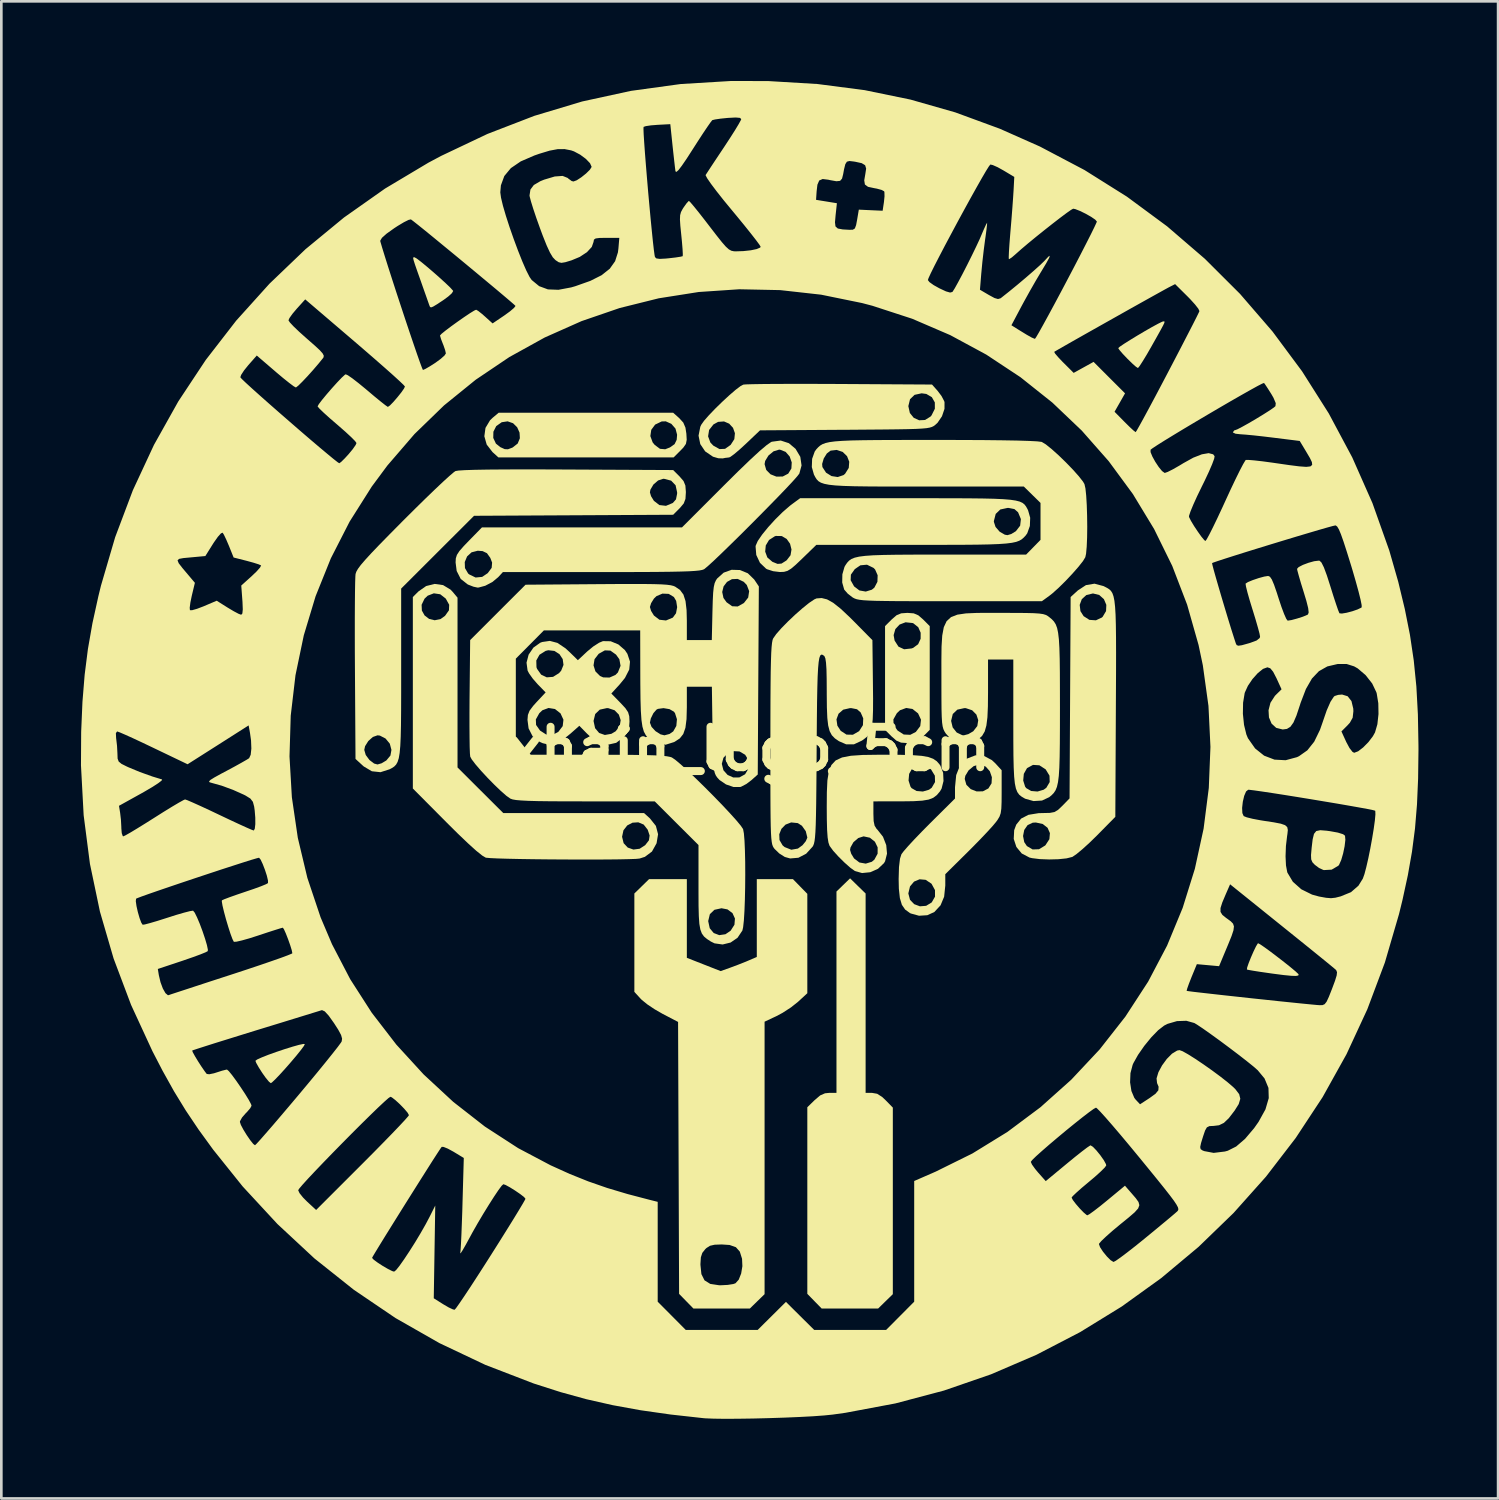
<source format=kicad_pcb>
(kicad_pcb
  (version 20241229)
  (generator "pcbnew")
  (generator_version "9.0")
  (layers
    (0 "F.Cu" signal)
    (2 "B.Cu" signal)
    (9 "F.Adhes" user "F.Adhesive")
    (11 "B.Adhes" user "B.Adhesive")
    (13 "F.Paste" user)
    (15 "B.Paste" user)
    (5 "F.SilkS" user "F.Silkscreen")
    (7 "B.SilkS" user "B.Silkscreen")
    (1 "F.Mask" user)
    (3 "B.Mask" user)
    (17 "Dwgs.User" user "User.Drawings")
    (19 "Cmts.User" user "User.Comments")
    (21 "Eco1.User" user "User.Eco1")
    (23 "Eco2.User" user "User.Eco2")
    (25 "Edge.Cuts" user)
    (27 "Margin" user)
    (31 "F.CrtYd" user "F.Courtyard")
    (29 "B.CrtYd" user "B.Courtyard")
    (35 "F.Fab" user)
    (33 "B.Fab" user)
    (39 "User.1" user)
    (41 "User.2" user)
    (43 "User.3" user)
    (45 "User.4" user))
  (footprint "xhain_logo_5cm"
    (layer "F.Cu")
    (at 25.164 25.16)
    (property "Reference" "xhain_logo_5cm" (at 0 0 0) (layer "F.SilkS") (effects (font (size 1.524 1.524) (thickness 0.3))))
    (attr board_only exclude_from_pos_files exclude_from_bom)
    (fp_poly (pts (xy 4.099 5.161) (xy 4.392 5.446) (xy 4.392 12.956) (xy 4.633 12.956) (xy 4.826 12.99) (xy 5.015 13.11) (xy 5.146 13.234) (xy 5.417 13.511) (xy 5.417 20.539) (xy 5.139 20.81) (xy 4.862 21.081) (xy 2.738 21.081) (xy 2.467 20.804) (xy 2.196 20.526) (xy 2.196 13.498) (xy 2.474 13.227) (xy 2.68 13.052) (xy 2.862 12.972) (xy 3.023 12.956) (xy 3.294 12.956) (xy 3.294 5.372) (xy 3.807 4.875)) (stroke (width 0) (type solid)) (fill yes) (layer "F.SilkS"))
    (fp_poly (pts (xy -16.732 11.117) (xy -16.765 11.187) (xy -16.877 11.339) (xy -17.045 11.548) (xy -17.248 11.788) (xy -17.464 12.035) (xy -17.671 12.263) (xy -17.847 12.447) (xy -17.97 12.563) (xy -18.014 12.59) (xy -18.084 12.534) (xy -18.205 12.388) (xy -18.334 12.207) (xy -18.469 11.995) (xy -18.563 11.827) (xy -18.593 11.748) (xy -18.528 11.699) (xy -18.354 11.62) (xy -18.104 11.521) (xy -17.807 11.415) (xy -17.496 11.31) (xy -17.201 11.218) (xy -16.955 11.149) (xy -16.787 11.113)) (stroke (width 0) (type solid)) (fill yes) (layer "F.SilkS"))
    (fp_poly (pts (xy 21.755 3.081) (xy 21.888 3.099) (xy 22.181 3.152) (xy 22.378 3.214) (xy 22.45 3.269) (xy 22.463 3.425) (xy 22.435 3.665) (xy 22.379 3.937) (xy 22.306 4.187) (xy 22.227 4.364) (xy 22.199 4.4) (xy 21.947 4.548) (xy 21.66 4.564) (xy 21.63 4.558) (xy 21.471 4.484) (xy 21.313 4.366) (xy 21.221 4.268) (xy 21.176 4.161) (xy 21.169 3.999) (xy 21.192 3.737) (xy 21.192 3.733) (xy 21.231 3.406) (xy 21.281 3.201) (xy 21.367 3.094) (xy 21.517 3.062)) (stroke (width 0) (type solid)) (fill yes) (layer "F.SilkS"))
    (fp_poly (pts (xy 19.257 7.363) (xy 19.424 7.477) (xy 19.649 7.641) (xy 19.904 7.835) (xy 20.164 8.036) (xy 20.399 8.224) (xy 20.584 8.378) (xy 20.689 8.476) (xy 20.703 8.496) (xy 20.689 8.535) (xy 20.6 8.552) (xy 20.421 8.546) (xy 20.135 8.518) (xy 19.727 8.465) (xy 19.544 8.439) (xy 19.227 8.393) (xy 18.969 8.352) (xy 18.802 8.322) (xy 18.754 8.31) (xy 18.764 8.233) (xy 18.821 8.067) (xy 18.907 7.852) (xy 19.004 7.63) (xy 19.094 7.444) (xy 19.16 7.333) (xy 19.177 7.32)) (stroke (width 0) (type solid)) (fill yes) (layer "F.SilkS"))
    (fp_poly (pts (xy 15.637 -16.104) (xy 15.653 -16.091) (xy 15.643 -16.046) (xy 15.597 -15.949) (xy 15.507 -15.782) (xy 15.364 -15.525) (xy 15.164 -15.17) (xy 14.987 -14.862) (xy 14.832 -14.607) (xy 14.716 -14.427) (xy 14.653 -14.349) (xy 14.649 -14.347) (xy 14.575 -14.395) (xy 14.432 -14.522) (xy 14.253 -14.697) (xy 14.078 -14.881) (xy 13.954 -15.025) (xy 13.908 -15.097) (xy 13.967 -15.151) (xy 14.126 -15.259) (xy 14.355 -15.404) (xy 14.626 -15.569) (xy 14.91 -15.737) (xy 15.179 -15.891) (xy 15.405 -16.014) (xy 15.557 -16.089) (xy 15.604 -16.104)) (stroke (width 0) (type solid)) (fill yes) (layer "F.SilkS"))
    (fp_poly (pts (xy -12.601 -18.519) (xy -12.519 -18.473) (xy -12.357 -18.35) (xy -12.141 -18.172) (xy -11.896 -17.963) (xy -11.649 -17.745) (xy -11.425 -17.541) (xy -11.252 -17.375) (xy -11.156 -17.268) (xy -11.144 -17.248) (xy -11.191 -17.167) (xy -11.331 -17.04) (xy -11.51 -16.909) (xy -11.752 -16.749) (xy -11.9 -16.66) (xy -11.979 -16.63) (xy -12.017 -16.651) (xy -12.039 -16.702) (xy -12.076 -16.806) (xy -12.15 -17.017) (xy -12.252 -17.305) (xy -12.368 -17.635) (xy -12.497 -17.998) (xy -12.583 -18.246) (xy -12.632 -18.4) (xy -12.651 -18.482) (xy -12.645 -18.514) (xy -12.621 -18.52)) (stroke (width 0) (type solid)) (fill yes) (layer "F.SilkS"))
    (fp_poly (pts (xy 6.204 -5.106) (xy 6.378 -5.032) (xy 6.559 -4.875) (xy 6.807 -4.626) (xy 6.807 -0.717) (xy 6.559 -0.468) (xy 6.374 -0.309) (xy 6.2 -0.236) (xy 5.966 -0.22) (xy 5.727 -0.237) (xy 5.553 -0.311) (xy 5.373 -0.468) (xy 5.124 -0.717) (xy 5.124 -1.111) (xy 5.438 -1.111) (xy 5.447 -0.903) (xy 5.596 -0.692) (xy 5.596 -0.692) (xy 5.829 -0.542) (xy 6.074 -0.531) (xy 6.284 -0.64) (xy 6.45 -0.859) (xy 6.478 -1.101) (xy 6.367 -1.339) (xy 6.159 -1.503) (xy 5.918 -1.542) (xy 5.686 -1.456) (xy 5.568 -1.344) (xy 5.438 -1.111) (xy 5.124 -1.111) (xy 5.124 -4.286) (xy 5.447 -4.286) (xy 5.483 -4.082) (xy 5.629 -3.853) (xy 5.843 -3.753) (xy 6.121 -3.784) (xy 6.182 -3.805) (xy 6.37 -3.943) (xy 6.464 -4.148) (xy 6.465 -4.377) (xy 6.374 -4.585) (xy 6.192 -4.73) (xy 6.16 -4.742) (xy 5.897 -4.77) (xy 5.671 -4.684) (xy 5.512 -4.514) (xy 5.447 -4.286) (xy 5.124 -4.286) (xy 5.124 -4.626) (xy 5.373 -4.875) (xy 5.557 -5.035) (xy 5.732 -5.107) (xy 5.966 -5.124)) (stroke (width 0) (type solid)) (fill yes) (layer "F.SilkS"))
    (fp_poly (pts (xy -2.627 -12.458) (xy -2.476 -12.292) (xy -2.395 -12.103) (xy -2.36 -11.874) (xy -2.347 -11.642) (xy -2.377 -11.489) (xy -2.475 -11.349) (xy -2.582 -11.238) (xy -2.84 -10.98) (xy -9.44 -10.98) (xy -9.662 -11.181) (xy -9.881 -11.464) (xy -9.952 -11.714) (xy -9.634 -11.714) (xy -9.534 -11.5) (xy -9.368 -11.367) (xy -9.202 -11.292) (xy -9.082 -11.286) (xy -8.924 -11.345) (xy -8.901 -11.356) (xy -8.713 -11.504) (xy -8.632 -11.701) (xy -8.636 -11.784) (xy -3.717 -11.784) (xy -3.63 -11.546) (xy -3.553 -11.452) (xy -3.354 -11.304) (xy -3.157 -11.287) (xy -2.978 -11.357) (xy -2.804 -11.48) (xy -2.725 -11.642) (xy -2.709 -11.835) (xy -2.77 -12.066) (xy -2.926 -12.245) (xy -3.136 -12.339) (xy -3.291 -12.335) (xy -3.537 -12.216) (xy -3.682 -12.02) (xy -3.717 -11.784) (xy -8.636 -11.784) (xy -8.644 -11.916) (xy -8.734 -12.116) (xy -8.888 -12.268) (xy -9.093 -12.339) (xy -9.315 -12.306) (xy -9.522 -12.16) (xy -9.629 -11.948) (xy -9.634 -11.714) (xy -9.952 -11.714) (xy -9.97 -11.777) (xy -9.927 -12.092) (xy -9.755 -12.379) (xy -9.656 -12.474) (xy -9.431 -12.663) (xy -2.857 -12.663)) (stroke (width 0) (type solid)) (fill yes) (layer "F.SilkS"))
    (fp_poly (pts (xy -2.342 6.387) (xy -2.342 7.869) (xy -1.706 8.119) (xy -1.069 8.369) (xy -0.712 8.242) (xy -0.421 8.133) (xy -0.12 8.014) (xy -0.031 7.976) (xy 0.293 7.837) (xy 0.293 4.904) (xy 1.654 4.904) (xy 1.925 5.182) (xy 2.196 5.459) (xy 2.196 9.203) (xy 1.848 9.524) (xy 1.584 9.734) (xy 1.265 9.941) (xy 1.043 10.06) (xy 0.586 10.275) (xy 0.586 20.539) (xy 0.308 20.81) (xy 0.03 21.081) (xy -2.093 21.081) (xy -2.364 20.804) (xy -2.634 20.527) (xy -2.638 19.434) (xy -1.83 19.434) (xy -1.794 19.783) (xy -1.676 20.018) (xy -1.46 20.152) (xy -1.132 20.202) (xy -1.06 20.203) (xy -0.805 20.19) (xy -0.594 20.157) (xy -0.51 20.128) (xy -0.388 19.993) (xy -0.296 19.761) (xy -0.25 19.484) (xy -0.262 19.212) (xy -0.263 19.204) (xy -0.347 18.936) (xy -0.494 18.77) (xy -0.731 18.686) (xy -1.028 18.666) (xy -1.297 18.676) (xy -1.471 18.716) (xy -1.604 18.801) (xy -1.65 18.845) (xy -1.76 18.984) (xy -1.814 19.151) (xy -1.83 19.401) (xy -1.83 19.434) (xy -2.638 19.434) (xy -2.653 15.406) (xy -2.672 10.284) (xy -3.255 9.98) (xy -3.554 9.808) (xy -3.832 9.622) (xy -4.039 9.454) (xy -4.079 9.414) (xy -4.319 9.152) (xy -4.319 5.446) (xy -4.041 5.175) (xy -3.764 4.904) (xy -2.342 4.904)) (stroke (width 0) (type solid)) (fill yes) (layer "F.SilkS"))
    (fp_poly (pts (xy -11.526 -6.171) (xy -11.246 -6.003) (xy -11.167 -5.921) (xy -10.98 -5.698) (xy -10.98 0.698) (xy -10.119 1.557) (xy -9.257 2.416) (xy -3.955 2.416) (xy -3.733 2.617) (xy -3.508 2.9) (xy -3.426 3.213) (xy -3.482 3.553) (xy -3.656 3.866) (xy -3.922 4.065) (xy -4.124 4.13) (xy -4.264 4.143) (xy -4.526 4.152) (xy -4.892 4.16) (xy -5.34 4.165) (xy -5.851 4.167) (xy -6.404 4.167) (xy -6.978 4.165) (xy -7.554 4.161) (xy -8.111 4.155) (xy -8.628 4.147) (xy -9.086 4.137) (xy -9.464 4.126) (xy -9.742 4.113) (xy -9.899 4.099) (xy -9.919 4.095) (xy -10.052 4.016) (xy -10.278 3.834) (xy -10.589 3.553) (xy -10.844 3.309) (xy -4.782 3.309) (xy -4.723 3.551) (xy -4.568 3.716) (xy -4.355 3.791) (xy -4.12 3.761) (xy -3.913 3.627) (xy -3.77 3.443) (xy -3.744 3.262) (xy -3.816 3.045) (xy -3.968 2.85) (xy -4.171 2.765) (xy -4.389 2.779) (xy -4.587 2.882) (xy -4.73 3.066) (xy -4.782 3.309) (xy -10.844 3.309) (xy -10.98 3.179) (xy -11.401 2.761) (xy -12.663 1.491) (xy -12.663 -5.429) (xy -12.333 -5.429) (xy -12.323 -5.211) (xy -12.22 -5.027) (xy -12.05 -4.897) (xy -11.84 -4.846) (xy -11.617 -4.893) (xy -11.452 -5.011) (xy -11.303 -5.221) (xy -11.294 -5.43) (xy -11.424 -5.663) (xy -11.424 -5.663) (xy -11.631 -5.825) (xy -11.872 -5.861) (xy -12.105 -5.771) (xy -12.223 -5.658) (xy -12.333 -5.429) (xy -12.663 -5.429) (xy -12.663 -5.721) (xy -12.453 -5.931) (xy -12.162 -6.135) (xy -11.842 -6.215)) (stroke (width 0) (type solid)) (fill yes) (layer "F.SilkS"))
    (fp_poly (pts (xy 8.846 0.262) (xy 9.147 0.421) (xy 9.278 0.543) (xy 9.516 0.803) (xy 9.516 1.635) (xy 9.514 1.998) (xy 9.504 2.249) (xy 9.48 2.422) (xy 9.435 2.551) (xy 9.363 2.671) (xy 9.304 2.752) (xy 9.178 2.903) (xy 8.971 3.13) (xy 8.707 3.408) (xy 8.409 3.712) (xy 8.243 3.878) (xy 7.393 4.719) (xy 7.393 5.145) (xy 7.35 5.566) (xy 7.215 5.891) (xy 6.982 6.142) (xy 6.719 6.264) (xy 6.404 6.284) (xy 6.095 6.199) (xy 6.058 6.181) (xy 5.88 6.051) (xy 5.758 5.873) (xy 5.682 5.62) (xy 5.664 5.449) (xy 6.002 5.449) (xy 6.064 5.683) (xy 6.222 5.848) (xy 6.438 5.929) (xy 6.672 5.91) (xy 6.881 5.783) (xy 7.006 5.565) (xy 7.005 5.318) (xy 6.878 5.085) (xy 6.868 5.074) (xy 6.653 4.931) (xy 6.424 4.911) (xy 6.216 4.999) (xy 6.064 5.18) (xy 6.002 5.439) (xy 6.002 5.449) (xy 5.664 5.449) (xy 5.644 5.268) (xy 5.636 4.904) (xy 5.649 4.452) (xy 5.687 4.136) (xy 5.741 3.967) (xy 5.826 3.853) (xy 5.996 3.658) (xy 6.234 3.401) (xy 6.52 3.104) (xy 6.802 2.819) (xy 7.759 1.869) (xy 7.759 1.444) (xy 7.79 1.131) (xy 8.125 1.131) (xy 8.188 1.352) (xy 8.351 1.514) (xy 8.571 1.601) (xy 8.808 1.598) (xy 9.016 1.489) (xy 9.136 1.296) (xy 9.148 1.066) (xy 9.071 0.843) (xy 8.919 0.669) (xy 8.709 0.587) (xy 8.671 0.586) (xy 8.462 0.649) (xy 8.272 0.807) (xy 8.148 1.011) (xy 8.125 1.131) (xy 7.79 1.131) (xy 7.804 0.986) (xy 7.941 0.637) (xy 8.172 0.391) (xy 8.212 0.364) (xy 8.528 0.242)) (stroke (width 0) (type solid)) (fill yes) (layer "F.SilkS"))
    (fp_poly (pts (xy 13.354 -6.133) (xy 13.398 -6.111) (xy 13.49 -6.063) (xy 13.568 -6.014) (xy 13.633 -5.953) (xy 13.687 -5.867) (xy 13.73 -5.746) (xy 13.764 -5.578) (xy 13.789 -5.351) (xy 13.807 -5.055) (xy 13.818 -4.677) (xy 13.824 -4.207) (xy 13.826 -3.632) (xy 13.825 -2.941) (xy 13.821 -2.123) (xy 13.818 -1.502) (xy 13.798 2.559) (xy 13.103 3.264) (xy 12.825 3.535) (xy 12.562 3.774) (xy 12.34 3.958) (xy 12.188 4.063) (xy 12.172 4.07) (xy 11.961 4.123) (xy 11.655 4.155) (xy 11.304 4.164) (xy 10.956 4.151) (xy 10.662 4.115) (xy 10.565 4.092) (xy 10.273 3.939) (xy 10.071 3.694) (xy 9.971 3.39) (xy 9.977 3.281) (xy 10.322 3.281) (xy 10.367 3.511) (xy 10.467 3.66) (xy 10.684 3.787) (xy 10.923 3.779) (xy 11.154 3.639) (xy 11.166 3.627) (xy 11.314 3.4) (xy 11.334 3.172) (xy 11.245 2.971) (xy 11.063 2.828) (xy 10.804 2.772) (xy 10.687 2.779) (xy 10.493 2.871) (xy 10.367 3.052) (xy 10.322 3.281) (xy 9.977 3.281) (xy 9.988 3.061) (xy 10.066 2.852) (xy 10.249 2.625) (xy 10.524 2.483) (xy 10.908 2.42) (xy 11.071 2.416) (xy 11.332 2.41) (xy 11.503 2.378) (xy 11.638 2.299) (xy 11.793 2.152) (xy 11.805 2.14) (xy 12.074 1.864) (xy 12.113 -5.425) (xy 12.456 -5.425) (xy 12.484 -5.189) (xy 12.603 -5.001) (xy 12.821 -4.861) (xy 13.066 -4.844) (xy 13.291 -4.949) (xy 13.322 -4.978) (xy 13.449 -5.192) (xy 13.459 -5.426) (xy 13.368 -5.641) (xy 13.192 -5.798) (xy 12.956 -5.856) (xy 12.707 -5.796) (xy 12.535 -5.64) (xy 12.456 -5.425) (xy 12.113 -5.425) (xy 12.114 -5.721) (xy 12.388 -5.971) (xy 12.692 -6.17) (xy 13.014 -6.224)) (stroke (width 0) (type solid)) (fill yes) (layer "F.SilkS"))
    (fp_poly (pts (xy 2.76 -13.749) (xy 3.428 -13.746) (xy 6.893 -13.725) (xy 7.105 -13.487) (xy 7.251 -13.293) (xy 7.35 -13.104) (xy 7.364 -13.063) (xy 7.363 -12.809) (xy 7.268 -12.529) (xy 7.1 -12.283) (xy 7.003 -12.195) (xy 6.95 -12.158) (xy 6.888 -12.128) (xy 6.805 -12.103) (xy 6.687 -12.082) (xy 6.521 -12.067) (xy 6.291 -12.054) (xy 5.986 -12.045) (xy 5.591 -12.038) (xy 5.092 -12.032) (xy 4.477 -12.027) (xy 3.73 -12.021) (xy 3.606 -12.021) (xy 0.415 -12) (xy -0.122 -11.49) (xy -0.357 -11.275) (xy -0.559 -11.104) (xy -0.702 -11) (xy -0.751 -10.979) (xy -0.896 -10.962) (xy -0.988 -10.943) (xy -1.156 -10.948) (xy -1.357 -11.007) (xy -1.36 -11.009) (xy -1.652 -11.208) (xy -1.836 -11.482) (xy -1.896 -11.774) (xy -1.542 -11.774) (xy -1.456 -11.542) (xy -1.344 -11.424) (xy -1.111 -11.294) (xy -0.903 -11.303) (xy -0.692 -11.452) (xy -0.692 -11.452) (xy -0.553 -11.669) (xy -0.531 -11.892) (xy -0.603 -12.095) (xy -0.747 -12.251) (xy -0.942 -12.335) (xy -1.164 -12.319) (xy -1.339 -12.223) (xy -1.503 -12.015) (xy -1.542 -11.774) (xy -1.896 -11.774) (xy -1.901 -11.8) (xy -1.836 -12.132) (xy -1.8 -12.21) (xy -1.694 -12.36) (xy -1.51 -12.57) (xy -1.274 -12.816) (xy -1.18 -12.908) (xy 6.002 -12.908) (xy 6.059 -12.652) (xy 6.206 -12.471) (xy 6.408 -12.379) (xy 6.629 -12.39) (xy 6.835 -12.517) (xy 6.875 -12.563) (xy 7 -12.813) (xy 6.999 -13.052) (xy 6.887 -13.249) (xy 6.679 -13.371) (xy 6.502 -13.395) (xy 6.236 -13.337) (xy 6.065 -13.173) (xy 6.002 -12.916) (xy 6.002 -12.908) (xy -1.18 -12.908) (xy -1.011 -13.073) (xy -0.747 -13.317) (xy -0.508 -13.524) (xy -0.319 -13.667) (xy -0.216 -13.722) (xy -0.108 -13.731) (xy 0.131 -13.738) (xy 0.486 -13.744) (xy 0.942 -13.748) (xy 1.483 -13.75) (xy 2.094 -13.75)) (stroke (width 0) (type solid)) (fill yes) (layer "F.SilkS"))
    (fp_poly (pts (xy 1.501 -11.516) (xy 1.754 -11.302) (xy 1.932 -11.002) (xy 1.979 -10.677) (xy 1.895 -10.371) (xy 1.819 -10.272) (xy 1.654 -10.086) (xy 1.414 -9.829) (xy 1.115 -9.517) (xy 0.772 -9.166) (xy 0.402 -8.79) (xy 0.019 -8.405) (xy -0.36 -8.027) (xy -0.722 -7.672) (xy -1.049 -7.354) (xy -1.327 -7.089) (xy -1.541 -6.894) (xy -1.674 -6.782) (xy -1.698 -6.766) (xy -1.765 -6.742) (xy -1.874 -6.721) (xy -2.036 -6.705) (xy -2.264 -6.691) (xy -2.568 -6.681) (xy -2.962 -6.673) (xy -3.456 -6.667) (xy -4.062 -6.663) (xy -4.793 -6.662) (xy -5.583 -6.661) (xy -9.271 -6.661) (xy -9.448 -6.469) (xy -9.669 -6.286) (xy -9.936 -6.146) (xy -10.185 -6.079) (xy -10.227 -6.077) (xy -10.379 -6.11) (xy -10.577 -6.187) (xy -10.599 -6.198) (xy -10.859 -6.402) (xy -11.012 -6.703) (xy -11.053 -7.028) (xy -11.052 -7.039) (xy -10.708 -7.039) (xy -10.7 -6.812) (xy -10.582 -6.61) (xy -10.545 -6.576) (xy -10.299 -6.456) (xy -10.051 -6.48) (xy -9.842 -6.621) (xy -9.694 -6.82) (xy -9.677 -7.018) (xy -9.746 -7.197) (xy -9.871 -7.372) (xy -10.036 -7.451) (xy -10.218 -7.465) (xy -10.452 -7.405) (xy -10.62 -7.25) (xy -10.708 -7.039) (xy -11.052 -7.039) (xy -11.044 -7.179) (xy -11.003 -7.309) (xy -10.91 -7.452) (xy -10.747 -7.638) (xy -10.556 -7.837) (xy -10.059 -8.345) (xy -2.524 -8.345) (xy -0.951 -9.919) (xy -0.407 -10.458) (xy -0.127 -10.727) (xy 0.586 -10.727) (xy 0.649 -10.507) (xy 0.811 -10.344) (xy 1.031 -10.257) (xy 1.268 -10.26) (xy 1.477 -10.369) (xy 1.596 -10.563) (xy 1.609 -10.792) (xy 1.531 -11.015) (xy 1.379 -11.189) (xy 1.169 -11.271) (xy 1.131 -11.273) (xy 0.923 -11.209) (xy 0.732 -11.051) (xy 0.608 -10.847) (xy 0.586 -10.727) (xy -0.127 -10.727) (xy 0.045 -10.893) (xy 0.402 -11.222) (xy 0.665 -11.444) (xy 0.831 -11.559) (xy 0.86 -11.571) (xy 1.195 -11.616)) (stroke (width 0) (type solid)) (fill yes) (layer "F.SilkS"))
    (fp_poly (pts (xy 5.733 0.223) (xy 6.174 0.236) (xy 6.509 0.262) (xy 6.757 0.306) (xy 6.937 0.372) (xy 7.071 0.463) (xy 7.176 0.583) (xy 7.21 0.633) (xy 7.312 0.899) (xy 7.326 1.209) (xy 7.254 1.495) (xy 7.193 1.6) (xy 7.074 1.74) (xy 6.94 1.841) (xy 6.765 1.909) (xy 6.524 1.949) (xy 6.19 1.969) (xy 5.739 1.975) (xy 5.691 1.975) (xy 4.685 1.976) (xy 4.685 2.441) (xy 4.694 2.718) (xy 4.731 2.893) (xy 4.805 3.011) (xy 4.839 3.045) (xy 5.046 3.308) (xy 5.169 3.623) (xy 5.198 3.946) (xy 5.125 4.232) (xy 5.083 4.303) (xy 4.858 4.516) (xy 4.566 4.645) (xy 4.258 4.676) (xy 3.989 4.6) (xy 3.816 4.476) (xy 3.595 4.28) (xy 3.365 4.052) (xy 3.166 3.832) (xy 3.148 3.806) (xy 3.806 3.806) (xy 3.85 3.95) (xy 3.954 4.121) (xy 3.958 4.126) (xy 4.158 4.278) (xy 4.397 4.321) (xy 4.626 4.251) (xy 4.722 4.171) (xy 4.844 3.946) (xy 4.845 3.708) (xy 4.742 3.496) (xy 4.552 3.345) (xy 4.316 3.294) (xy 4.116 3.357) (xy 3.934 3.513) (xy 3.822 3.712) (xy 3.806 3.806) (xy 3.148 3.806) (xy 3.039 3.658) (xy 3.032 3.645) (xy 2.991 3.525) (xy 2.961 3.334) (xy 2.941 3.051) (xy 2.931 2.659) (xy 2.928 2.181) (xy 2.932 1.629) (xy 2.952 1.191) (xy 2.952 1.191) (xy 6.009 1.191) (xy 6.082 1.421) (xy 6.123 1.477) (xy 6.31 1.585) (xy 6.549 1.605) (xy 6.78 1.537) (xy 6.881 1.464) (xy 7.007 1.248) (xy 7 1.008) (xy 6.859 0.777) (xy 6.847 0.765) (xy 6.618 0.617) (xy 6.378 0.602) (xy 6.16 0.721) (xy 6.149 0.732) (xy 6.032 0.939) (xy 6.009 1.191) (xy 2.952 1.191) (xy 3.004 0.855) (xy 3.103 0.607) (xy 3.265 0.433) (xy 3.505 0.322) (xy 3.838 0.258) (xy 4.279 0.228) (xy 4.844 0.22) (xy 5.165 0.22)) (stroke (width 0) (type solid)) (fill yes) (layer "F.SilkS"))
    (fp_poly (pts (xy 6.848 -9.443) (xy 7.617 -9.442) (xy 8.262 -9.439) (xy 8.796 -9.433) (xy 9.23 -9.423) (xy 9.575 -9.407) (xy 9.843 -9.385) (xy 10.046 -9.355) (xy 10.194 -9.317) (xy 10.301 -9.268) (xy 10.376 -9.208) (xy 10.432 -9.136) (xy 10.48 -9.051) (xy 10.511 -8.99) (xy 10.591 -8.708) (xy 10.579 -8.398) (xy 10.481 -8.123) (xy 10.419 -8.036) (xy 10.347 -7.96) (xy 10.272 -7.895) (xy 10.181 -7.842) (xy 10.062 -7.798) (xy 9.902 -7.764) (xy 9.688 -7.737) (xy 9.408 -7.717) (xy 9.05 -7.703) (xy 8.601 -7.694) (xy 8.049 -7.689) (xy 7.381 -7.687) (xy 6.585 -7.686) (xy 6.175 -7.686) (xy 2.536 -7.686) (xy 2.008 -7.173) (xy 1.761 -6.938) (xy 1.585 -6.789) (xy 1.448 -6.706) (xy 1.319 -6.67) (xy 1.166 -6.663) (xy 1.161 -6.663) (xy 0.909 -6.694) (xy 0.683 -6.767) (xy 0.641 -6.79) (xy 0.412 -7.01) (xy 0.273 -7.306) (xy 0.263 -7.431) (xy 0.609 -7.431) (xy 0.69 -7.212) (xy 0.88 -7.048) (xy 1.074 -6.969) (xy 1.224 -6.981) (xy 1.398 -7.091) (xy 1.421 -7.109) (xy 1.564 -7.295) (xy 1.6 -7.513) (xy 1.545 -7.73) (xy 1.418 -7.909) (xy 1.234 -8.018) (xy 1.012 -8.022) (xy 0.972 -8.01) (xy 0.754 -7.87) (xy 0.631 -7.664) (xy 0.609 -7.431) (xy 0.263 -7.431) (xy 0.247 -7.622) (xy 0.253 -7.66) (xy 0.329 -7.832) (xy 0.493 -8.072) (xy 0.721 -8.352) (xy 0.904 -8.553) (xy 9.223 -8.553) (xy 9.286 -8.361) (xy 9.44 -8.183) (xy 9.636 -8.069) (xy 9.735 -8.052) (xy 9.879 -8.095) (xy 10.05 -8.2) (xy 10.055 -8.204) (xy 10.213 -8.409) (xy 10.241 -8.657) (xy 10.135 -8.912) (xy 10.134 -8.914) (xy 9.997 -9.034) (xy 9.786 -9.076) (xy 9.735 -9.077) (xy 9.466 -9.019) (xy 9.292 -8.852) (xy 9.224 -8.587) (xy 9.223 -8.553) (xy 0.904 -8.553) (xy 0.988 -8.645) (xy 1.271 -8.925) (xy 1.546 -9.163) (xy 1.64 -9.234) (xy 1.925 -9.443) (xy 5.944 -9.443)) (stroke (width 0) (type solid)) (fill yes) (layer "F.SilkS"))
    (fp_poly (pts (xy -7.464 -10.527) (xy -6.862 -10.524) (xy -2.857 -10.504) (xy -2.618 -10.265) (xy -2.467 -10.091) (xy -2.397 -9.921) (xy -2.379 -9.685) (xy -2.379 -9.662) (xy -2.394 -9.418) (xy -2.459 -9.246) (xy -2.603 -9.075) (xy -2.618 -9.06) (xy -2.857 -8.82) (xy -10.358 -8.781) (xy -11.73 -7.411) (xy -13.103 -6.04) (xy -13.103 -2.907) (xy -13.103 -2.107) (xy -13.105 -1.441) (xy -13.11 -0.896) (xy -13.12 -0.457) (xy -13.136 -0.112) (xy -13.16 0.152) (xy -13.193 0.349) (xy -13.238 0.491) (xy -13.294 0.591) (xy -13.365 0.664) (xy -13.452 0.721) (xy -13.539 0.767) (xy -13.882 0.877) (xy -14.206 0.842) (xy -14.512 0.661) (xy -14.549 0.628) (xy -14.823 0.377) (xy -14.825 0.037) (xy -14.493 0.037) (xy -14.437 0.229) (xy -14.298 0.417) (xy -14.122 0.551) (xy -13.994 0.586) (xy -13.841 0.542) (xy -13.665 0.437) (xy -13.661 0.434) (xy -13.507 0.249) (xy -13.469 0.037) (xy -13.531 -0.197) (xy -13.691 -0.391) (xy -13.905 -0.502) (xy -13.994 -0.512) (xy -14.169 -0.45) (xy -14.34 -0.298) (xy -14.462 -0.104) (xy -14.493 0.037) (xy -14.825 0.037) (xy -14.844 -2.977) (xy -14.848 -3.673) (xy -14.849 -4.332) (xy -14.849 -4.937) (xy -14.846 -5.472) (xy -14.842 -5.921) (xy -14.836 -6.269) (xy -14.828 -6.499) (xy -14.821 -6.588) (xy -14.793 -6.674) (xy -14.73 -6.784) (xy -14.623 -6.929) (xy -14.461 -7.118) (xy -14.235 -7.365) (xy -13.935 -7.679) (xy -13.551 -8.071) (xy -13.073 -8.554) (xy -13.011 -8.616) (xy -12.587 -9.038) (xy -12.189 -9.429) (xy -11.947 -9.662) (xy -3.733 -9.662) (xy -3.69 -9.519) (xy -3.585 -9.348) (xy -3.581 -9.343) (xy -3.376 -9.185) (xy -3.128 -9.157) (xy -2.873 -9.263) (xy -2.871 -9.264) (xy -2.751 -9.4) (xy -2.709 -9.612) (xy -2.708 -9.662) (xy -2.766 -9.931) (xy -2.933 -10.105) (xy -3.198 -10.174) (xy -3.232 -10.175) (xy -3.424 -10.112) (xy -3.602 -9.958) (xy -3.716 -9.762) (xy -3.733 -9.662) (xy -11.947 -9.662) (xy -11.829 -9.776) (xy -11.522 -10.066) (xy -11.28 -10.286) (xy -11.118 -10.424) (xy -11.057 -10.466) (xy -10.943 -10.485) (xy -10.7 -10.501) (xy -10.326 -10.513) (xy -9.818 -10.522) (xy -9.173 -10.527) (xy -8.389 -10.529)) (stroke (width 0) (type solid)) (fill yes) (layer "F.SilkS"))
    (fp_poly (pts (xy 9.502 -5.124) (xy 10.028 -5.123) (xy 10.429 -5.12) (xy 10.723 -5.113) (xy 10.933 -5.099) (xy 11.078 -5.078) (xy 11.179 -5.047) (xy 11.256 -5.004) (xy 11.308 -4.965) (xy 11.407 -4.883) (xy 11.488 -4.797) (xy 11.553 -4.693) (xy 11.605 -4.556) (xy 11.643 -4.372) (xy 11.672 -4.127) (xy 11.691 -3.805) (xy 11.703 -3.393) (xy 11.709 -2.876) (xy 11.711 -2.24) (xy 11.712 -1.574) (xy 11.711 -0.821) (xy 11.708 -0.201) (xy 11.701 0.302) (xy 11.689 0.702) (xy 11.669 1.014) (xy 11.639 1.251) (xy 11.599 1.428) (xy 11.546 1.56) (xy 11.479 1.661) (xy 11.396 1.746) (xy 11.308 1.818) (xy 11.037 1.945) (xy 10.717 1.965) (xy 10.403 1.876) (xy 10.377 1.862) (xy 10.267 1.797) (xy 10.177 1.724) (xy 10.107 1.627) (xy 10.053 1.492) (xy 10.014 1.302) (xy 10.002 1.191) (xy 10.328 1.191) (xy 10.4 1.421) (xy 10.442 1.477) (xy 10.628 1.585) (xy 10.868 1.605) (xy 11.099 1.537) (xy 11.199 1.464) (xy 11.326 1.248) (xy 11.318 1.008) (xy 11.178 0.777) (xy 11.166 0.765) (xy 10.937 0.617) (xy 10.697 0.602) (xy 10.478 0.721) (xy 10.467 0.732) (xy 10.351 0.939) (xy 10.328 1.191) (xy 10.002 1.191) (xy 9.987 1.044) (xy 9.97 0.7) (xy 9.96 0.257) (xy 9.956 -0.301) (xy 9.955 -0.99) (xy 9.955 -1.021) (xy 9.955 -3.367) (xy 9.003 -3.367) (xy 9.003 -2.141) (xy 8.998 -1.603) (xy 8.98 -1.19) (xy 8.941 -0.881) (xy 8.877 -0.655) (xy 8.78 -0.491) (xy 8.646 -0.369) (xy 8.467 -0.266) (xy 8.461 -0.263) (xy 8.261 -0.178) (xy 8.106 -0.164) (xy 7.913 -0.214) (xy 7.877 -0.226) (xy 7.576 -0.399) (xy 7.414 -0.578) (xy 7.362 -0.66) (xy 7.322 -0.745) (xy 7.293 -0.852) (xy 7.272 -1.001) (xy 7.269 -1.053) (xy 7.613 -1.053) (xy 7.671 -0.81) (xy 7.823 -0.618) (xy 8.03 -0.518) (xy 8.092 -0.512) (xy 8.261 -0.557) (xy 8.443 -0.663) (xy 8.445 -0.664) (xy 8.599 -0.861) (xy 8.634 -1.083) (xy 8.565 -1.293) (xy 8.404 -1.456) (xy 8.167 -1.535) (xy 8.113 -1.537) (xy 7.847 -1.479) (xy 7.675 -1.315) (xy 7.613 -1.059) (xy 7.613 -1.053) (xy 7.269 -1.053) (xy 7.259 -1.212) (xy 7.251 -1.503) (xy 7.248 -1.894) (xy 7.247 -2.404) (xy 7.247 -2.65) (xy 7.246 -3.317) (xy 7.252 -3.852) (xy 7.278 -4.27) (xy 7.337 -4.585) (xy 7.443 -4.811) (xy 7.609 -4.964) (xy 7.848 -5.057) (xy 8.172 -5.105) (xy 8.596 -5.123) (xy 9.133 -5.125)) (stroke (width 0) (type solid)) (fill yes) (layer "F.SilkS"))
    (fp_poly (pts (xy -7.217 -3.993) (xy -6.914 -3.79) (xy -6.756 -3.645) (xy -6.447 -3.342) (xy -6.09 -3.675) (xy -5.868 -3.858) (xy -5.649 -3.999) (xy -5.502 -4.06) (xy -5.211 -4.055) (xy -4.921 -3.935) (xy -4.677 -3.724) (xy -4.582 -3.583) (xy -4.483 -3.286) (xy -4.512 -2.989) (xy -4.673 -2.674) (xy -4.865 -2.438) (xy -5.186 -2.086) (xy -4.844 -1.736) (xy -4.657 -1.535) (xy -4.555 -1.382) (xy -4.511 -1.228) (xy -4.502 -1.027) (xy -4.52 -0.776) (xy -4.591 -0.596) (xy -4.716 -0.445) (xy -5.002 -0.23) (xy -5.309 -0.16) (xy -5.631 -0.232) (xy -5.965 -0.448) (xy -6.113 -0.586) (xy -6.391 -0.871) (xy -6.727 -0.574) (xy -7.035 -0.327) (xy -7.291 -0.19) (xy -7.525 -0.156) (xy -7.77 -0.215) (xy -7.891 -0.269) (xy -8.151 -0.473) (xy -8.303 -0.773) (xy -8.345 -1.097) (xy -8.343 -1.111) (xy -8.03 -1.111) (xy -8.021 -0.903) (xy -7.872 -0.692) (xy -7.872 -0.692) (xy -7.64 -0.542) (xy -7.395 -0.531) (xy -7.185 -0.64) (xy -7.018 -0.859) (xy -6.996 -1.05) (xy -5.856 -1.05) (xy -5.798 -0.781) (xy -5.646 -0.601) (xy -5.431 -0.525) (xy -5.184 -0.569) (xy -5.024 -0.664) (xy -4.87 -0.861) (xy -4.834 -1.083) (xy -4.904 -1.293) (xy -5.064 -1.456) (xy -5.302 -1.535) (xy -5.356 -1.537) (xy -5.622 -1.479) (xy -5.793 -1.315) (xy -5.856 -1.057) (xy -5.856 -1.05) (xy -6.996 -1.05) (xy -6.991 -1.101) (xy -7.101 -1.339) (xy -7.31 -1.503) (xy -7.551 -1.542) (xy -7.783 -1.456) (xy -7.9 -1.344) (xy -8.03 -1.111) (xy -8.343 -1.111) (xy -8.329 -1.28) (xy -8.268 -1.437) (xy -8.135 -1.616) (xy -8.003 -1.763) (xy -7.661 -2.128) (xy -7.962 -2.437) (xy -8.143 -2.644) (xy -8.286 -2.846) (xy -8.341 -2.951) (xy -8.381 -3.25) (xy -8.359 -3.331) (xy -8.013 -3.331) (xy -8.006 -3.076) (xy -7.984 -3.015) (xy -7.83 -2.797) (xy -7.618 -2.696) (xy -7.382 -2.714) (xy -7.157 -2.854) (xy -7.076 -2.946) (xy -6.996 -3.146) (xy -5.857 -3.146) (xy -5.786 -2.921) (xy -5.613 -2.748) (xy -5.493 -2.694) (xy -5.255 -2.688) (xy -5.032 -2.786) (xy -4.939 -2.88) (xy -4.839 -3.13) (xy -4.884 -3.378) (xy -5.011 -3.553) (xy -5.221 -3.703) (xy -5.43 -3.712) (xy -5.663 -3.582) (xy -5.663 -3.581) (xy -5.819 -3.38) (xy -5.857 -3.146) (xy -6.996 -3.146) (xy -6.988 -3.164) (xy -7.018 -3.383) (xy -7.14 -3.569) (xy -7.33 -3.691) (xy -7.561 -3.717) (xy -7.66 -3.693) (xy -7.893 -3.547) (xy -8.013 -3.331) (xy -8.359 -3.331) (xy -8.302 -3.551) (xy -8.123 -3.814) (xy -7.867 -3.998) (xy -7.792 -4.027) (xy -7.503 -4.069)) (stroke (width 0) (type solid)) (fill yes) (layer "F.SilkS"))
    (fp_poly (pts (xy 2.939 -5.633) (xy 3.167 -5.506) (xy 3.44 -5.291) (xy 3.775 -4.978) (xy 3.953 -4.801) (xy 4.648 -4.097) (xy 4.667 -2.469) (xy 4.673 -1.898) (xy 4.671 -1.453) (xy 4.659 -1.115) (xy 4.633 -0.865) (xy 4.589 -0.684) (xy 4.522 -0.55) (xy 4.43 -0.447) (xy 4.309 -0.352) (xy 4.252 -0.313) (xy 3.951 -0.172) (xy 3.661 -0.172) (xy 3.389 -0.29) (xy 3.235 -0.396) (xy 3.119 -0.516) (xy 3.037 -0.67) (xy 2.982 -0.882) (xy 2.955 -1.113) (xy 3.294 -1.113) (xy 3.328 -0.875) (xy 3.453 -0.682) (xy 3.672 -0.539) (xy 3.913 -0.534) (xy 4.145 -0.668) (xy 4.149 -0.672) (xy 4.291 -0.895) (xy 4.302 -1.152) (xy 4.205 -1.374) (xy 4.068 -1.494) (xy 3.856 -1.536) (xy 3.806 -1.537) (xy 3.547 -1.478) (xy 3.372 -1.325) (xy 3.294 -1.113) (xy 2.955 -1.113) (xy 2.949 -1.172) (xy 2.933 -1.562) (xy 2.928 -2.074) (xy 2.928 -2.147) (xy 2.925 -2.637) (xy 2.917 -2.998) (xy 2.9 -3.25) (xy 2.876 -3.408) (xy 2.841 -3.492) (xy 2.828 -3.505) (xy 2.771 -3.545) (xy 2.722 -3.552) (xy 2.682 -3.516) (xy 2.649 -3.426) (xy 2.623 -3.271) (xy 2.602 -3.041) (xy 2.585 -2.724) (xy 2.573 -2.309) (xy 2.563 -1.786) (xy 2.556 -1.143) (xy 2.55 -0.37) (xy 2.547 0.043) (xy 2.542 0.848) (xy 2.536 1.519) (xy 2.53 2.07) (xy 2.522 2.513) (xy 2.513 2.862) (xy 2.501 3.129) (xy 2.486 3.327) (xy 2.468 3.47) (xy 2.446 3.57) (xy 2.42 3.639) (xy 2.396 3.681) (xy 2.152 3.948) (xy 1.86 4.1) (xy 1.549 4.126) (xy 1.348 4.07) (xy 1.138 3.937) (xy 0.964 3.768) (xy 0.928 3.721) (xy 0.899 3.669) (xy 0.874 3.599) (xy 0.855 3.499) (xy 0.839 3.357) (xy 0.83 3.215) (xy 1.139 3.215) (xy 1.148 3.433) (xy 1.265 3.633) (xy 1.342 3.698) (xy 1.593 3.798) (xy 1.841 3.754) (xy 2.016 3.627) (xy 2.139 3.475) (xy 2.195 3.346) (xy 2.196 3.337) (xy 2.138 3.1) (xy 1.993 2.895) (xy 1.838 2.795) (xy 1.588 2.769) (xy 1.376 2.851) (xy 1.221 3.01) (xy 1.139 3.215) (xy 0.83 3.215) (xy 0.827 3.16) (xy 0.818 2.895) (xy 0.812 2.551) (xy 0.808 2.115) (xy 0.806 1.574) (xy 0.805 0.916) (xy 0.805 0.128) (xy 0.805 -0.197) (xy 0.806 -1.064) (xy 0.808 -1.796) (xy 0.812 -2.405) (xy 0.817 -2.902) (xy 0.826 -3.297) (xy 0.836 -3.604) (xy 0.85 -3.833) (xy 0.867 -3.995) (xy 0.887 -4.102) (xy 0.908 -4.159) (xy 1.024 -4.325) (xy 1.219 -4.547) (xy 1.467 -4.8) (xy 1.741 -5.059) (xy 2.015 -5.3) (xy 2.262 -5.499) (xy 2.456 -5.63) (xy 2.543 -5.669) (xy 2.737 -5.683)) (stroke (width 0) (type solid)) (fill yes) (layer "F.SilkS"))
    (fp_poly (pts (xy 7.962 -11.637) (xy 8.81 -11.633) (xy 9.527 -11.625) (xy 10.108 -11.615) (xy 10.551 -11.601) (xy 10.854 -11.585) (xy 11.014 -11.566) (xy 11.03 -11.562) (xy 11.181 -11.47) (xy 11.401 -11.293) (xy 11.662 -11.059) (xy 11.937 -10.792) (xy 12.2 -10.52) (xy 12.423 -10.27) (xy 12.581 -10.068) (xy 12.635 -9.976) (xy 12.672 -9.814) (xy 12.701 -9.539) (xy 12.722 -9.184) (xy 12.735 -8.781) (xy 12.74 -8.364) (xy 12.735 -7.965) (xy 12.72 -7.617) (xy 12.696 -7.353) (xy 12.667 -7.22) (xy 12.579 -7.074) (xy 12.408 -6.858) (xy 12.182 -6.601) (xy 11.927 -6.33) (xy 11.67 -6.076) (xy 11.437 -5.866) (xy 11.317 -5.771) (xy 11.031 -5.563) (xy 7.583 -5.563) (xy 6.782 -5.564) (xy 6.113 -5.565) (xy 5.565 -5.567) (xy 5.123 -5.572) (xy 4.775 -5.578) (xy 4.508 -5.588) (xy 4.308 -5.6) (xy 4.163 -5.617) (xy 4.058 -5.638) (xy 3.982 -5.664) (xy 3.92 -5.696) (xy 3.903 -5.706) (xy 3.721 -5.846) (xy 3.59 -5.996) (xy 3.583 -6.009) (xy 3.51 -6.269) (xy 3.512 -6.355) (xy 3.828 -6.355) (xy 3.958 -6.122) (xy 3.958 -6.122) (xy 4.158 -5.969) (xy 4.397 -5.927) (xy 4.626 -5.997) (xy 4.722 -6.076) (xy 4.837 -6.295) (xy 4.845 -6.542) (xy 4.749 -6.759) (xy 4.689 -6.819) (xy 4.443 -6.939) (xy 4.195 -6.916) (xy 3.986 -6.774) (xy 3.837 -6.564) (xy 3.828 -6.355) (xy 3.512 -6.355) (xy 3.516 -6.576) (xy 3.596 -6.856) (xy 3.634 -6.923) (xy 3.698 -7.015) (xy 3.769 -7.092) (xy 3.858 -7.154) (xy 3.981 -7.204) (xy 4.149 -7.243) (xy 4.377 -7.272) (xy 4.677 -7.293) (xy 5.063 -7.306) (xy 5.548 -7.314) (xy 6.145 -7.318) (xy 6.868 -7.32) (xy 7.339 -7.32) (xy 10.438 -7.32) (xy 10.709 -7.597) (xy 10.98 -7.875) (xy 10.98 -9.266) (xy 10.352 -9.882) (xy 6.673 -9.882) (xy 5.808 -9.882) (xy 5.077 -9.883) (xy 4.469 -9.887) (xy 3.97 -9.894) (xy 3.57 -9.906) (xy 3.256 -9.924) (xy 3.015 -9.95) (xy 2.836 -9.985) (xy 2.707 -10.029) (xy 2.615 -10.085) (xy 2.549 -10.154) (xy 2.496 -10.237) (xy 2.445 -10.334) (xy 2.365 -10.617) (xy 2.37 -10.734) (xy 2.754 -10.734) (xy 2.764 -10.618) (xy 2.901 -10.406) (xy 3.108 -10.277) (xy 3.342 -10.241) (xy 3.559 -10.314) (xy 3.618 -10.363) (xy 3.757 -10.584) (xy 3.775 -10.816) (xy 3.692 -11.027) (xy 3.528 -11.187) (xy 3.303 -11.262) (xy 3.073 -11.236) (xy 2.931 -11.128) (xy 2.814 -10.939) (xy 2.754 -10.734) (xy 2.37 -10.734) (xy 2.377 -10.927) (xy 2.475 -11.202) (xy 2.537 -11.288) (xy 2.607 -11.363) (xy 2.679 -11.426) (xy 2.767 -11.479) (xy 2.882 -11.522) (xy 3.037 -11.557) (xy 3.243 -11.584) (xy 3.512 -11.604) (xy 3.858 -11.619) (xy 4.291 -11.628) (xy 4.824 -11.634) (xy 5.469 -11.637) (xy 6.239 -11.638) (xy 6.983 -11.639)) (stroke (width 0) (type solid)) (fill yes) (layer "F.SilkS"))
    (fp_poly (pts (xy -0.341 -6.738) (xy -0.045 -6.616) (xy 0.195 -6.382) (xy 0.201 -6.373) (xy 0.37 -6.121) (xy 0.329 0.964) (xy 0.092 1.176) (xy -0.102 1.322) (xy -0.291 1.421) (xy -0.332 1.435) (xy -0.586 1.434) (xy -0.866 1.338) (xy -1.112 1.171) (xy -1.2 1.074) (xy -1.251 0.998) (xy -1.289 0.909) (xy -1.318 0.787) (xy -1.339 0.611) (xy -1.342 0.563) (xy -1.025 0.563) (xy -0.964 0.803) (xy -0.807 0.98) (xy -0.594 1.076) (xy -0.363 1.074) (xy -0.153 0.958) (xy -0.146 0.952) (xy -0.036 0.767) (xy 0 0.586) (xy -0.05 0.371) (xy -0.146 0.22) (xy -0.357 0.096) (xy -0.59 0.084) (xy -0.806 0.17) (xy -0.964 0.335) (xy -1.025 0.563) (xy -1.342 0.563) (xy -1.353 0.36) (xy -1.364 0.015) (xy -1.372 -0.445) (xy -1.376 -0.737) (xy -1.399 -2.342) (xy -2.342 -2.342) (xy -2.342 -1.567) (xy -2.354 -1.121) (xy -2.396 -0.794) (xy -2.477 -0.561) (xy -2.607 -0.396) (xy -2.796 -0.272) (xy -2.826 -0.257) (xy -3.14 -0.158) (xy -3.424 -0.188) (xy -3.667 -0.314) (xy -3.791 -0.407) (xy -3.887 -0.514) (xy -3.961 -0.652) (xy -4.015 -0.841) (xy -4.037 -0.99) (xy -3.733 -0.99) (xy -3.672 -0.831) (xy -3.523 -0.669) (xy -3.335 -0.549) (xy -3.187 -0.512) (xy -2.995 -0.563) (xy -2.855 -0.659) (xy -2.738 -0.866) (xy -2.715 -1.117) (xy -2.788 -1.347) (xy -2.83 -1.403) (xy -2.995 -1.498) (xy -3.221 -1.536) (xy -3.43 -1.508) (xy -3.484 -1.481) (xy -3.602 -1.346) (xy -3.699 -1.149) (xy -3.733 -0.99) (xy -4.037 -0.99) (xy -4.052 -1.096) (xy -4.075 -1.436) (xy -4.088 -1.88) (xy -4.094 -2.445) (xy -4.095 -2.727) (xy -4.099 -4.465) (xy -7.726 -4.465) (xy -8.784 -3.4) (xy -8.784 -0.323) (xy -8.229 0.22) (xy -5.686 0.22) (xy -4.97 0.221) (xy -4.386 0.225) (xy -3.921 0.232) (xy -3.56 0.242) (xy -3.29 0.257) (xy -3.097 0.277) (xy -2.967 0.302) (xy -2.907 0.322) (xy -2.78 0.408) (xy -2.574 0.581) (xy -2.307 0.824) (xy -1.999 1.118) (xy -1.667 1.443) (xy -1.33 1.782) (xy -1.007 2.115) (xy -0.717 2.425) (xy -0.477 2.691) (xy -0.307 2.896) (xy -0.224 3.021) (xy -0.223 3.024) (xy -0.193 3.184) (xy -0.17 3.461) (xy -0.154 3.83) (xy -0.144 4.264) (xy -0.142 4.735) (xy -0.146 5.217) (xy -0.156 5.683) (xy -0.172 6.106) (xy -0.194 6.46) (xy -0.222 6.717) (xy -0.25 6.841) (xy -0.432 7.113) (xy -0.693 7.293) (xy -0.994 7.367) (xy -1.299 7.324) (xy -1.437 7.256) (xy -1.583 7.161) (xy -1.695 7.066) (xy -1.777 6.953) (xy -1.834 6.801) (xy -1.871 6.59) (xy -1.878 6.489) (xy -1.537 6.489) (xy -1.48 6.755) (xy -1.33 6.935) (xy -1.121 7.015) (xy -0.888 6.981) (xy -0.692 6.847) (xy -0.549 6.622) (xy -0.53 6.389) (xy -0.623 6.185) (xy -0.812 6.045) (xy -1.037 6.002) (xy -1.303 6.06) (xy -1.475 6.225) (xy -1.537 6.482) (xy -1.537 6.489) (xy -1.878 6.489) (xy -1.891 6.299) (xy -1.901 5.91) (xy -1.903 5.4) (xy -1.903 5.198) (xy -1.903 3.621) (xy -2.728 2.799) (xy -3.552 1.976) (xy -6.172 1.976) (xy -6.892 1.975) (xy -7.479 1.972) (xy -7.948 1.966) (xy -8.311 1.956) (xy -8.583 1.942) (xy -8.777 1.925) (xy -8.908 1.902) (xy -8.988 1.873) (xy -8.989 1.873) (xy -9.139 1.767) (xy -9.349 1.583) (xy -9.595 1.347) (xy -9.853 1.084) (xy -10.097 0.82) (xy -10.303 0.581) (xy -10.447 0.392) (xy -10.502 0.289) (xy -10.513 0.171) (xy -10.522 -0.072) (xy -10.527 -0.422) (xy -10.53 -0.856) (xy -10.53 -1.355) (xy -10.527 -1.899) (xy -10.526 -1.994) (xy -10.504 -4.099) (xy -9.461 -5.142) (xy -9.259 -5.344) (xy -3.733 -5.344) (xy -3.69 -5.2) (xy -3.585 -5.029) (xy -3.581 -5.024) (xy -3.376 -4.866) (xy -3.128 -4.838) (xy -2.873 -4.944) (xy -2.871 -4.945) (xy -2.75 -5.109) (xy -2.707 -5.34) (xy -2.744 -5.575) (xy -2.83 -5.722) (xy -3.025 -5.84) (xy -3.26 -5.85) (xy -3.484 -5.756) (xy -3.581 -5.663) (xy -3.687 -5.492) (xy -3.733 -5.347) (xy -3.733 -5.344) (xy -9.259 -5.344) (xy -8.417 -6.185) (xy -5.711 -6.206) (xy -4.994 -6.211) (xy -4.409 -6.213) (xy -3.942 -6.212) (xy -3.577 -6.207) (xy -3.299 -6.198) (xy -3.095 -6.184) (xy -2.95 -6.165) (xy -2.849 -6.14) (xy -2.784 -6.113) (xy -2.599 -5.987) (xy -2.471 -5.814) (xy -2.392 -5.569) (xy -2.352 -5.226) (xy -2.342 -4.835) (xy -2.342 -4.099) (xy -1.402 -4.099) (xy -1.378 -5.155) (xy -1.366 -5.58) (xy -1.351 -5.884) (xy -1.348 -5.911) (xy -1.01 -5.911) (xy -0.963 -5.687) (xy -0.845 -5.523) (xy -0.635 -5.374) (xy -0.426 -5.365) (xy -0.193 -5.495) (xy -0.193 -5.495) (xy -0.031 -5.702) (xy 0.005 -5.943) (xy -0.085 -6.176) (xy -0.198 -6.294) (xy -0.427 -6.404) (xy -0.644 -6.394) (xy -0.829 -6.291) (xy -0.958 -6.121) (xy -1.01 -5.911) (xy -1.348 -5.911) (xy -1.328 -6.096) (xy -1.295 -6.243) (xy -1.246 -6.351) (xy -1.201 -6.418) (xy -0.954 -6.64) (xy -0.656 -6.747)) (stroke (width 0) (type solid)) (fill yes) (layer "F.SilkS"))
    (fp_poly (pts (xy 0.732 -25.156) (xy 2.581 -25.045) (xy 4.357 -24.814) (xy 6.082 -24.459) (xy 7.772 -23.976) (xy 9.449 -23.36) (xy 10.956 -22.691) (xy 12.636 -21.806) (xy 14.235 -20.802) (xy 15.748 -19.685) (xy 17.17 -18.462) (xy 18.495 -17.14) (xy 19.718 -15.724) (xy 20.834 -14.221) (xy 21.837 -12.638) (xy 22.722 -10.981) (xy 23.484 -9.257) (xy 24.118 -7.471) (xy 24.455 -6.295) (xy 24.702 -5.27) (xy 24.896 -4.295) (xy 25.039 -3.333) (xy 25.138 -2.346) (xy 25.195 -1.297) (xy 25.216 -0.148) (xy 25.217 0.037) (xy 25.203 1.118) (xy 25.161 2.092) (xy 25.086 2.999) (xy 24.972 3.876) (xy 24.816 4.761) (xy 24.614 5.692) (xy 24.484 6.222) (xy 23.951 8.047) (xy 23.29 9.808) (xy 22.506 11.5) (xy 21.605 13.118) (xy 20.591 14.658) (xy 19.472 16.113) (xy 18.251 17.481) (xy 16.935 18.755) (xy 15.529 19.931) (xy 14.039 21.004) (xy 12.47 21.969) (xy 10.827 22.822) (xy 9.117 23.557) (xy 7.344 24.169) (xy 5.514 24.654) (xy 3.633 25.007) (xy 3.148 25.075) (xy 2.832 25.107) (xy 2.406 25.138) (xy 1.898 25.165) (xy 1.335 25.189) (xy 0.745 25.208) (xy 0.156 25.223) (xy -0.406 25.231) (xy -0.913 25.234) (xy -1.337 25.228) (xy -1.651 25.215) (xy -1.72 25.209) (xy -2.962 25.071) (xy -4.09 24.91) (xy -5.134 24.72) (xy -6.128 24.495) (xy -7.101 24.227) (xy -8.086 23.911) (xy -8.122 23.899) (xy -9.932 23.202) (xy -11.664 22.381) (xy -13.316 21.438) (xy -14.884 20.375) (xy -16.368 19.194) (xy -16.392 19.172) (xy -14.199 19.172) (xy -14.14 19.238) (xy -13.993 19.347) (xy -13.8 19.473) (xy -13.602 19.588) (xy -13.44 19.669) (xy -13.368 19.69) (xy -13.294 19.631) (xy -13.163 19.467) (xy -12.99 19.222) (xy -12.79 18.92) (xy -12.577 18.584) (xy -12.369 18.237) (xy -12.178 17.902) (xy -12.03 17.622) (xy -11.819 17.2) (xy -11.875 20.693) (xy -11.519 20.918) (xy -11.313 21.038) (xy -11.154 21.112) (xy -11.09 21.126) (xy -11.034 21.062) (xy -10.911 20.888) (xy -10.729 20.62) (xy -10.498 20.272) (xy -10.229 19.858) (xy -9.93 19.393) (xy -9.72 19.063) (xy -9.409 18.571) (xy -9.125 18.117) (xy -8.876 17.716) (xy -8.673 17.383) (xy -8.524 17.134) (xy -8.438 16.983) (xy -8.421 16.944) (xy -8.476 16.878) (xy -8.62 16.767) (xy -8.81 16.637) (xy -9.007 16.514) (xy -9.171 16.425) (xy -9.254 16.397) (xy -9.318 16.456) (xy -9.44 16.62) (xy -9.605 16.866) (xy -9.799 17.17) (xy -10.008 17.509) (xy -10.217 17.861) (xy -10.412 18.203) (xy -10.524 18.41) (xy -10.673 18.683) (xy -10.789 18.885) (xy -10.861 18.995) (xy -10.877 18.995) (xy -10.865 18.882) (xy -10.85 18.646) (xy -10.834 18.308) (xy -10.818 17.892) (xy -10.801 17.419) (xy -10.793 17.129) (xy -10.744 15.408) (xy -11.134 15.172) (xy -11.345 15.057) (xy -11.506 14.992) (xy -11.576 14.989) (xy -11.631 15.066) (xy -11.75 15.248) (xy -11.923 15.516) (xy -12.138 15.855) (xy -12.385 16.245) (xy -12.652 16.669) (xy -12.929 17.109) (xy -13.204 17.549) (xy -13.466 17.969) (xy -13.705 18.353) (xy -13.908 18.683) (xy -14.066 18.942) (xy -14.167 19.111) (xy -14.199 19.172) (xy -16.392 19.172) (xy -17.765 17.895) (xy -18.94 16.625) (xy -16.982 16.625) (xy -16.931 16.734) (xy -16.799 16.899) (xy -16.644 17.055) (xy -16.306 17.367) (xy -14.558 15.62) (xy -14.143 15.203) (xy -13.764 14.817) (xy -13.431 14.475) (xy -13.158 14.189) (xy -12.956 13.972) (xy -12.837 13.836) (xy -12.81 13.795) (xy -12.86 13.704) (xy -12.986 13.555) (xy -13.151 13.385) (xy -13.32 13.23) (xy -13.454 13.126) (xy -13.507 13.103) (xy -13.582 13.153) (xy -13.742 13.295) (xy -13.974 13.512) (xy -14.262 13.791) (xy -14.592 14.116) (xy -14.948 14.471) (xy -15.316 14.843) (xy -15.682 15.216) (xy -16.029 15.574) (xy -16.344 15.903) (xy -16.612 16.188) (xy -16.817 16.414) (xy -16.945 16.565) (xy -16.982 16.625) (xy -18.94 16.625) (xy -19.073 16.481) (xy -20.185 15.094) (xy -20.734 14.338) (xy -21.216 13.62) (xy -21.66 12.895) (xy -22.094 12.116) (xy -22.474 11.382) (xy -22.483 11.362) (xy -20.976 11.362) (xy -20.951 11.429) (xy -20.868 11.579) (xy -20.749 11.775) (xy -20.618 11.978) (xy -20.498 12.151) (xy -20.426 12.244) (xy -20.333 12.255) (xy -20.156 12.219) (xy -20.061 12.189) (xy -19.852 12.122) (xy -19.698 12.083) (xy -19.663 12.079) (xy -19.595 12.137) (xy -19.471 12.289) (xy -19.313 12.504) (xy -19.142 12.752) (xy -18.978 13.001) (xy -18.843 13.221) (xy -18.758 13.381) (xy -18.739 13.441) (xy -18.788 13.534) (xy -18.909 13.676) (xy -18.959 13.725) (xy -19.097 13.884) (xy -19.173 14.022) (xy -19.178 14.051) (xy -19.141 14.163) (xy -19.046 14.342) (xy -18.92 14.547) (xy -18.787 14.74) (xy -18.674 14.88) (xy -18.609 14.929) (xy -18.551 14.874) (xy -18.41 14.72) (xy -18.199 14.479) (xy -17.927 14.166) (xy -17.608 13.792) (xy -17.251 13.371) (xy -16.982 13.052) (xy -16.603 12.598) (xy -16.253 12.175) (xy -15.944 11.796) (xy -15.687 11.476) (xy -15.493 11.229) (xy -15.375 11.069) (xy -15.344 11.019) (xy -15.328 10.914) (xy -15.366 10.777) (xy -15.472 10.579) (xy -15.63 10.333) (xy -15.831 10.05) (xy -15.979 9.888) (xy -16.082 9.84) (xy -16.097 9.842) (xy -16.193 9.872) (xy -16.411 9.939) (xy -16.735 10.039) (xy -17.148 10.166) (xy -17.631 10.315) (xy -18.169 10.48) (xy -18.581 10.606) (xy -19.142 10.78) (xy -19.657 10.94) (xy -20.111 11.081) (xy -20.485 11.2) (xy -20.765 11.29) (xy -20.933 11.346) (xy -20.976 11.362) (xy -22.483 11.362) (xy -23.276 9.644) (xy -23.935 7.895) (xy -24.45 6.127) (xy -24.532 5.734) (xy -23.099 5.734) (xy -23.073 5.918) (xy -23.022 6.145) (xy -22.957 6.371) (xy -22.892 6.546) (xy -22.841 6.623) (xy -22.758 6.612) (xy -22.565 6.561) (xy -22.289 6.48) (xy -21.958 6.375) (xy -21.92 6.363) (xy -21.579 6.254) (xy -21.282 6.168) (xy -21.06 6.111) (xy -20.945 6.093) (xy -20.941 6.094) (xy -20.881 6.166) (xy -20.793 6.343) (xy -20.689 6.589) (xy -20.584 6.87) (xy -20.49 7.149) (xy -20.419 7.391) (xy -20.384 7.561) (xy -20.388 7.617) (xy -20.468 7.66) (xy -20.659 7.738) (xy -20.936 7.84) (xy -21.271 7.956) (xy -21.346 7.982) (xy -22.269 8.289) (xy -22.231 8.522) (xy -22.168 8.788) (xy -22.08 9.026) (xy -21.981 9.2) (xy -21.89 9.277) (xy -21.864 9.275) (xy -21.774 9.244) (xy -21.561 9.174) (xy -21.243 9.07) (xy -20.838 8.937) (xy -20.362 8.781) (xy -19.833 8.609) (xy -19.485 8.496) (xy -18.937 8.316) (xy -18.435 8.148) (xy -17.998 7.998) (xy -17.64 7.873) (xy -17.379 7.776) (xy -17.23 7.715) (xy -17.202 7.697) (xy -17.225 7.581) (xy -17.284 7.39) (xy -17.363 7.167) (xy -17.446 6.954) (xy -17.517 6.796) (xy -17.56 6.734) (xy -17.645 6.756) (xy -17.841 6.817) (xy -18.118 6.906) (xy -18.45 7.016) (xy -18.483 7.027) (xy -18.817 7.134) (xy -19.101 7.214) (xy -19.305 7.261) (xy -19.403 7.267) (xy -19.406 7.265) (xy -19.458 7.163) (xy -19.532 6.964) (xy -19.616 6.703) (xy -19.702 6.415) (xy -19.777 6.136) (xy -19.833 5.901) (xy -19.859 5.746) (xy -19.855 5.704) (xy -19.767 5.663) (xy -19.57 5.588) (xy -19.293 5.49) (xy -18.978 5.383) (xy -18.653 5.273) (xy -18.382 5.174) (xy -18.195 5.097) (xy -18.119 5.054) (xy -18.12 4.956) (xy -18.163 4.773) (xy -18.235 4.552) (xy -18.318 4.337) (xy -18.396 4.171) (xy -18.455 4.099) (xy -18.458 4.099) (xy -18.551 4.122) (xy -18.762 4.184) (xy -19.069 4.281) (xy -19.453 4.405) (xy -19.895 4.548) (xy -20.372 4.706) (xy -20.866 4.87) (xy -21.356 5.034) (xy -21.823 5.192) (xy -22.245 5.336) (xy -22.602 5.46) (xy -22.875 5.557) (xy -23.043 5.621) (xy -23.088 5.642) (xy -23.099 5.734) (xy -24.532 5.734) (xy -24.826 4.331) (xy -25.063 2.498) (xy -25.164 0.618) (xy -25.157 -0.593) (xy -23.849 -0.593) (xy -23.84 -0.406) (xy -23.837 -0.384) (xy -23.806 -0.119) (xy -23.791 0.165) (xy -23.79 0.196) (xy -23.784 0.366) (xy -23.743 0.476) (xy -23.638 0.563) (xy -23.438 0.663) (xy -23.377 0.691) (xy -22.946 0.87) (xy -22.471 1.04) (xy -22.107 1.151) (xy -22.127 1.194) (xy -22.256 1.293) (xy -22.474 1.434) (xy -22.763 1.604) (xy -22.865 1.662) (xy -23.732 2.143) (xy -23.689 2.408) (xy -23.659 2.663) (xy -23.644 2.944) (xy -23.644 2.983) (xy -23.628 3.173) (xy -23.59 3.283) (xy -23.571 3.294) (xy -23.489 3.256) (xy -23.305 3.152) (xy -23.041 2.993) (xy -22.718 2.793) (xy -22.41 2.599) (xy -22.053 2.373) (xy -21.736 2.178) (xy -21.481 2.027) (xy -21.308 1.931) (xy -21.243 1.903) (xy -21.155 1.933) (xy -20.958 2.018) (xy -20.673 2.146) (xy -20.323 2.308) (xy -19.942 2.489) (xy -19.552 2.674) (xy -19.206 2.835) (xy -18.927 2.962) (xy -18.736 3.045) (xy -18.656 3.074) (xy -18.617 3.008) (xy -18.597 2.835) (xy -18.598 2.593) (xy -18.62 2.32) (xy -18.64 2.174) (xy -18.688 1.994) (xy -18.783 1.87) (xy -18.967 1.756) (xy -19.024 1.727) (xy -19.435 1.543) (xy -19.864 1.385) (xy -20.235 1.281) (xy -20.318 1.257) (xy -20.34 1.223) (xy -20.286 1.167) (xy -20.142 1.077) (xy -19.892 0.939) (xy -19.686 0.83) (xy -19.377 0.664) (xy -19.112 0.517) (xy -18.919 0.406) (xy -18.83 0.35) (xy -18.8 0.284) (xy -17.309 0.284) (xy -17.22 1.821) (xy -16.996 3.349) (xy -16.636 4.859) (xy -16.139 6.341) (xy -15.708 7.357) (xy -15.023 8.673) (xy -14.211 9.937) (xy -13.285 11.138) (xy -12.257 12.261) (xy -11.141 13.295) (xy -9.95 14.225) (xy -8.696 15.038) (xy -7.476 15.683) (xy -6.751 16.011) (xy -6.056 16.29) (xy -5.346 16.537) (xy -4.576 16.767) (xy -3.751 16.983) (xy -3.44 17.061) (xy -3.44 20.822) (xy -2.911 21.354) (xy -2.383 21.886) (xy 0.326 21.886) (xy 0.858 21.358) (xy 1.391 20.829) (xy 1.923 21.358) (xy 2.456 21.886) (xy 5.164 21.886) (xy 5.693 21.354) (xy 6.222 20.822) (xy 6.222 16.276) (xy 7.037 15.92) (xy 7.775 15.555) (xy 10.614 15.555) (xy 10.659 15.656) (xy 10.777 15.821) (xy 10.895 15.963) (xy 11.177 16.28) (xy 11.991 15.606) (xy 12.284 15.366) (xy 12.539 15.164) (xy 12.734 15.016) (xy 12.848 14.94) (xy 12.865 14.933) (xy 12.954 14.988) (xy 13.088 15.127) (xy 13.236 15.31) (xy 13.365 15.494) (xy 13.445 15.64) (xy 13.455 15.693) (xy 13.392 15.777) (xy 13.238 15.929) (xy 13.018 16.127) (xy 12.791 16.318) (xy 12.536 16.532) (xy 12.33 16.715) (xy 12.194 16.845) (xy 12.151 16.9) (xy 12.197 16.991) (xy 12.312 17.142) (xy 12.46 17.313) (xy 12.607 17.464) (xy 12.717 17.556) (xy 12.745 17.568) (xy 12.826 17.523) (xy 12.993 17.403) (xy 13.224 17.225) (xy 13.488 17.01) (xy 14.161 16.453) (xy 14.407 16.736) (xy 14.569 16.924) (xy 14.671 17.067) (xy 14.703 17.187) (xy 14.657 17.31) (xy 14.525 17.457) (xy 14.298 17.653) (xy 13.984 17.908) (xy 13.696 18.148) (xy 13.453 18.363) (xy 13.276 18.531) (xy 13.187 18.635) (xy 13.181 18.652) (xy 13.223 18.77) (xy 13.334 18.939) (xy 13.479 19.117) (xy 13.621 19.259) (xy 13.727 19.324) (xy 13.733 19.324) (xy 13.817 19.28) (xy 13.994 19.156) (xy 14.245 18.967) (xy 14.551 18.728) (xy 14.892 18.453) (xy 14.911 18.437) (xy 15.258 18.152) (xy 15.574 17.89) (xy 15.838 17.671) (xy 16.029 17.509) (xy 16.127 17.423) (xy 16.128 17.423) (xy 16.16 17.384) (xy 16.173 17.336) (xy 16.156 17.267) (xy 16.102 17.165) (xy 16.003 17.016) (xy 15.849 16.811) (xy 15.633 16.536) (xy 15.346 16.179) (xy 14.979 15.729) (xy 14.711 15.401) (xy 14.338 14.949) (xy 13.993 14.537) (xy 13.686 14.177) (xy 13.428 13.881) (xy 13.232 13.665) (xy 13.108 13.54) (xy 13.07 13.513) (xy 12.981 13.561) (xy 12.805 13.688) (xy 12.561 13.875) (xy 12.27 14.107) (xy 11.951 14.366) (xy 11.627 14.636) (xy 11.315 14.9) (xy 11.038 15.141) (xy 10.815 15.341) (xy 10.667 15.485) (xy 10.614 15.555) (xy 7.775 15.555) (xy 8.416 15.238) (xy 9.732 14.428) (xy 10.976 13.499) (xy 12.028 12.559) (xy 14.354 12.559) (xy 14.404 12.886) (xy 14.513 13.144) (xy 14.561 13.207) (xy 14.729 13.386) (xy 15.086 13.153) (xy 15.31 12.991) (xy 15.419 12.859) (xy 15.428 12.725) (xy 15.37 12.587) (xy 15.351 12.412) (xy 15.421 12.179) (xy 15.558 11.923) (xy 15.736 11.679) (xy 15.933 11.48) (xy 16.126 11.363) (xy 16.216 11.346) (xy 16.332 11.388) (xy 16.539 11.504) (xy 16.809 11.674) (xy 17.118 11.882) (xy 17.441 12.11) (xy 17.752 12.34) (xy 18.025 12.554) (xy 18.236 12.735) (xy 18.318 12.815) (xy 18.463 13.005) (xy 18.506 13.179) (xy 18.446 13.378) (xy 18.293 13.622) (xy 18.073 13.909) (xy 17.887 14.087) (xy 17.704 14.176) (xy 17.5 14.201) (xy 17.343 14.208) (xy 17.247 14.255) (xy 17.179 14.374) (xy 17.105 14.591) (xy 17.027 14.845) (xy 16.995 14.994) (xy 17.01 15.074) (xy 17.076 15.121) (xy 17.147 15.15) (xy 17.502 15.217) (xy 17.926 15.165) (xy 18.035 15.135) (xy 18.349 14.977) (xy 18.683 14.69) (xy 19.024 14.288) (xy 19.193 14.048) (xy 19.453 13.578) (xy 19.577 13.154) (xy 19.566 12.769) (xy 19.418 12.413) (xy 19.162 12.104) (xy 18.999 11.961) (xy 18.748 11.759) (xy 18.437 11.517) (xy 18.09 11.254) (xy 17.734 10.989) (xy 17.395 10.744) (xy 17.101 10.536) (xy 16.876 10.386) (xy 16.774 10.325) (xy 16.474 10.241) (xy 16.12 10.253) (xy 15.766 10.356) (xy 15.635 10.423) (xy 15.41 10.598) (xy 15.151 10.865) (xy 14.889 11.186) (xy 14.655 11.522) (xy 14.479 11.835) (xy 14.45 11.901) (xy 14.368 12.213) (xy 14.354 12.559) (xy 12.028 12.559) (xy 12.138 12.46) (xy 13.208 11.319) (xy 14.176 10.085) (xy 14.809 9.112) (xy 16.484 9.112) (xy 16.485 9.114) (xy 16.56 9.126) (xy 16.76 9.152) (xy 17.066 9.187) (xy 17.455 9.231) (xy 17.909 9.282) (xy 18.406 9.336) (xy 18.926 9.393) (xy 19.449 9.448) (xy 19.954 9.502) (xy 20.422 9.55) (xy 20.83 9.592) (xy 21.16 9.624) (xy 21.391 9.646) (xy 21.492 9.653) (xy 21.601 9.651) (xy 21.683 9.615) (xy 21.756 9.522) (xy 21.839 9.344) (xy 21.953 9.057) (xy 21.961 9.036) (xy 22.074 8.733) (xy 22.135 8.534) (xy 22.149 8.412) (xy 22.12 8.338) (xy 22.1 8.316) (xy 22.03 8.256) (xy 21.897 8.146) (xy 21.693 7.979) (xy 21.411 7.75) (xy 21.044 7.453) (xy 20.585 7.083) (xy 20.026 6.633) (xy 19.361 6.098) (xy 19.29 6.04) (xy 18.121 5.1) (xy 17.956 5.478) (xy 17.826 5.786) (xy 17.76 5.995) (xy 17.76 6.139) (xy 17.829 6.251) (xy 17.969 6.365) (xy 18.012 6.395) (xy 18.147 6.494) (xy 18.232 6.582) (xy 18.266 6.685) (xy 18.248 6.832) (xy 18.177 7.047) (xy 18.051 7.358) (xy 17.967 7.559) (xy 17.706 8.184) (xy 17.287 8.146) (xy 16.869 8.108) (xy 16.666 8.601) (xy 16.571 8.843) (xy 16.506 9.025) (xy 16.484 9.112) (xy 14.809 9.112) (xy 15.034 8.766) (xy 15.034 8.766) (xy 15.748 7.408) (xy 16.335 5.987) (xy 16.794 4.515) (xy 17.123 3.005) (xy 17.223 2.222) (xy 18.574 2.222) (xy 18.583 2.417) (xy 18.633 2.531) (xy 18.633 2.531) (xy 18.748 2.577) (xy 18.968 2.632) (xy 19.254 2.686) (xy 19.377 2.706) (xy 19.765 2.765) (xy 20.03 2.816) (xy 20.193 2.872) (xy 20.274 2.947) (xy 20.296 3.055) (xy 20.28 3.208) (xy 20.27 3.27) (xy 20.224 3.658) (xy 20.21 4.046) (xy 20.226 4.389) (xy 20.273 4.64) (xy 20.281 4.662) (xy 20.485 5.004) (xy 20.803 5.287) (xy 21.209 5.488) (xy 21.471 5.56) (xy 21.737 5.608) (xy 21.922 5.623) (xy 22.087 5.605) (xy 22.289 5.554) (xy 22.675 5.396) (xy 22.955 5.153) (xy 23.121 4.886) (xy 23.182 4.716) (xy 23.252 4.45) (xy 23.328 4.118) (xy 23.403 3.748) (xy 23.472 3.369) (xy 23.531 3.01) (xy 23.574 2.699) (xy 23.595 2.466) (xy 23.59 2.339) (xy 23.584 2.327) (xy 23.503 2.305) (xy 23.299 2.263) (xy 22.992 2.207) (xy 22.603 2.138) (xy 22.153 2.06) (xy 21.662 1.978) (xy 21.152 1.893) (xy 20.644 1.81) (xy 20.158 1.732) (xy 19.715 1.663) (xy 19.336 1.606) (xy 19.041 1.564) (xy 18.853 1.541) (xy 18.804 1.538) (xy 18.723 1.603) (xy 18.652 1.769) (xy 18.6 1.99) (xy 18.574 2.222) (xy 17.223 2.222) (xy 17.319 1.471) (xy 17.381 -0.076) (xy 17.321 -1.322) (xy 18.603 -1.322) (xy 18.646 -0.905) (xy 18.734 -0.544) (xy 18.793 -0.403) (xy 19.063 -0.018) (xy 19.403 0.254) (xy 19.794 0.404) (xy 20.213 0.426) (xy 20.639 0.311) (xy 20.717 0.274) (xy 21.031 0.053) (xy 21.29 -0.273) (xy 21.507 -0.719) (xy 21.601 -0.988) (xy 21.76 -1.45) (xy 21.903 -1.776) (xy 22.026 -1.964) (xy 22.061 -1.994) (xy 22.192 -2.035) (xy 22.34 -2.048) (xy 22.549 -1.984) (xy 22.693 -1.801) (xy 22.761 -1.516) (xy 22.765 -1.417) (xy 22.738 -1.175) (xy 22.633 -0.986) (xy 22.54 -0.884) (xy 22.315 -0.659) (xy 22.499 -0.256) (xy 22.619 -0.033) (xy 22.731 0.111) (xy 22.795 0.146) (xy 22.944 0.09) (xy 23.134 -0.056) (xy 23.332 -0.257) (xy 23.501 -0.479) (xy 23.58 -0.622) (xy 23.669 -0.928) (xy 23.711 -1.313) (xy 23.704 -1.719) (xy 23.645 -2.084) (xy 23.631 -2.133) (xy 23.474 -2.463) (xy 23.223 -2.782) (xy 22.926 -3.034) (xy 22.792 -3.11) (xy 22.513 -3.198) (xy 22.19 -3.199) (xy 22.163 -3.196) (xy 21.784 -3.107) (xy 21.469 -2.93) (xy 21.204 -2.651) (xy 20.977 -2.256) (xy 20.776 -1.731) (xy 20.746 -1.635) (xy 20.619 -1.253) (xy 20.507 -0.993) (xy 20.393 -0.834) (xy 20.263 -0.754) (xy 20.103 -0.732) (xy 19.858 -0.793) (xy 19.683 -0.954) (xy 19.585 -1.186) (xy 19.569 -1.457) (xy 19.641 -1.738) (xy 19.808 -1.997) (xy 19.848 -2.038) (xy 20.059 -2.245) (xy 19.87 -2.66) (xy 19.742 -2.907) (xy 19.634 -3.037) (xy 19.526 -3.074) (xy 19.361 -3.014) (xy 19.164 -2.855) (xy 18.964 -2.631) (xy 18.792 -2.377) (xy 18.678 -2.127) (xy 18.669 -2.098) (xy 18.61 -1.738) (xy 18.603 -1.322) (xy 17.321 -1.322) (xy 17.306 -1.621) (xy 17.094 -3.151) (xy 16.933 -3.916) (xy 16.502 -5.435) (xy 15.942 -6.893) (xy 15.89 -6.999) (xy 17.442 -6.999) (xy 17.456 -6.926) (xy 17.505 -6.738) (xy 17.584 -6.457) (xy 17.685 -6.109) (xy 17.8 -5.716) (xy 17.923 -5.304) (xy 18.046 -4.896) (xy 18.163 -4.516) (xy 18.267 -4.188) (xy 18.338 -3.971) (xy 18.37 -3.909) (xy 18.435 -3.887) (xy 18.565 -3.906) (xy 18.792 -3.969) (xy 18.872 -3.992) (xy 19.12 -4.084) (xy 19.236 -4.178) (xy 19.25 -4.23) (xy 19.229 -4.345) (xy 19.17 -4.567) (xy 19.083 -4.868) (xy 18.977 -5.216) (xy 18.961 -5.265) (xy 18.856 -5.608) (xy 18.773 -5.901) (xy 18.72 -6.115) (xy 18.704 -6.222) (xy 18.706 -6.228) (xy 18.795 -6.285) (xy 18.975 -6.359) (xy 19.196 -6.434) (xy 19.405 -6.491) (xy 19.554 -6.515) (xy 19.555 -6.515) (xy 19.622 -6.485) (xy 19.693 -6.382) (xy 19.776 -6.187) (xy 19.882 -5.88) (xy 19.948 -5.673) (xy 20.056 -5.348) (xy 20.156 -5.081) (xy 20.237 -4.9) (xy 20.289 -4.831) (xy 20.29 -4.831) (xy 20.434 -4.854) (xy 20.646 -4.911) (xy 20.864 -4.981) (xy 21.023 -5.047) (xy 21.055 -5.066) (xy 21.081 -5.141) (xy 21.062 -5.306) (xy 20.994 -5.577) (xy 20.892 -5.914) (xy 20.792 -6.236) (xy 20.712 -6.511) (xy 20.659 -6.705) (xy 20.643 -6.783) (xy 20.706 -6.851) (xy 20.866 -6.933) (xy 21.075 -7.011) (xy 21.287 -7.07) (xy 21.456 -7.091) (xy 21.492 -7.088) (xy 21.563 -7.02) (xy 21.654 -6.838) (xy 21.768 -6.531) (xy 21.902 -6.112) (xy 22.012 -5.759) (xy 22.111 -5.458) (xy 22.188 -5.234) (xy 22.236 -5.117) (xy 22.242 -5.108) (xy 22.333 -5.099) (xy 22.511 -5.129) (xy 22.725 -5.185) (xy 22.924 -5.254) (xy 23.06 -5.32) (xy 23.078 -5.335) (xy 23.076 -5.42) (xy 23.035 -5.624) (xy 22.96 -5.925) (xy 22.857 -6.301) (xy 22.732 -6.733) (xy 22.679 -6.908) (xy 22.52 -7.42) (xy 22.395 -7.806) (xy 22.297 -8.083) (xy 22.22 -8.267) (xy 22.158 -8.372) (xy 22.105 -8.415) (xy 22.085 -8.418) (xy 21.991 -8.397) (xy 21.779 -8.339) (xy 21.47 -8.25) (xy 21.084 -8.136) (xy 20.64 -8.004) (xy 20.161 -7.859) (xy 19.665 -7.708) (xy 19.173 -7.557) (xy 18.705 -7.412) (xy 18.282 -7.279) (xy 17.925 -7.165) (xy 17.652 -7.076) (xy 17.485 -7.018) (xy 17.442 -6.999) (xy 15.89 -6.999) (xy 15.258 -8.284) (xy 14.458 -9.602) (xy 13.548 -10.839) (xy 13.247 -11.18) (xy 15.125 -11.18) (xy 15.192 -11.016) (xy 15.302 -10.816) (xy 15.432 -10.62) (xy 15.557 -10.467) (xy 15.654 -10.397) (xy 15.663 -10.396) (xy 15.771 -10.434) (xy 15.968 -10.533) (xy 16.22 -10.677) (xy 16.359 -10.762) (xy 16.734 -10.97) (xy 17.058 -11.097) (xy 17.313 -11.141) (xy 17.483 -11.097) (xy 17.538 -11.025) (xy 17.52 -10.928) (xy 17.445 -10.725) (xy 17.323 -10.442) (xy 17.164 -10.103) (xy 17.055 -9.882) (xy 16.88 -9.521) (xy 16.735 -9.201) (xy 16.63 -8.947) (xy 16.576 -8.784) (xy 16.573 -8.739) (xy 16.646 -8.592) (xy 16.765 -8.394) (xy 16.906 -8.183) (xy 17.041 -7.994) (xy 17.147 -7.866) (xy 17.192 -7.832) (xy 17.24 -7.896) (xy 17.338 -8.075) (xy 17.476 -8.349) (xy 17.646 -8.701) (xy 17.838 -9.112) (xy 17.943 -9.342) (xy 18.144 -9.778) (xy 18.329 -10.167) (xy 18.489 -10.491) (xy 18.614 -10.729) (xy 18.694 -10.863) (xy 18.714 -10.885) (xy 18.813 -10.886) (xy 19.029 -10.868) (xy 19.333 -10.834) (xy 19.696 -10.785) (xy 19.836 -10.765) (xy 20.347 -10.691) (xy 20.727 -10.643) (xy 20.988 -10.624) (xy 21.146 -10.641) (xy 21.213 -10.699) (xy 21.202 -10.803) (xy 21.128 -10.957) (xy 21.004 -11.167) (xy 20.986 -11.198) (xy 20.744 -11.6) (xy 19.76 -11.723) (xy 19.37 -11.77) (xy 19.008 -11.81) (xy 18.712 -11.838) (xy 18.518 -11.852) (xy 18.501 -11.853) (xy 18.324 -11.873) (xy 18.231 -11.918) (xy 18.227 -11.931) (xy 18.283 -12.002) (xy 18.305 -12.005) (xy 18.4 -12.041) (xy 18.586 -12.138) (xy 18.832 -12.275) (xy 19.105 -12.436) (xy 19.373 -12.599) (xy 19.606 -12.747) (xy 19.77 -12.86) (xy 19.829 -12.911) (xy 19.841 -13.024) (xy 19.755 -13.227) (xy 19.678 -13.361) (xy 19.547 -13.568) (xy 19.443 -13.726) (xy 19.399 -13.785) (xy 19.33 -13.759) (xy 19.153 -13.668) (xy 18.887 -13.521) (xy 18.549 -13.33) (xy 18.156 -13.105) (xy 17.728 -12.856) (xy 17.28 -12.593) (xy 16.832 -12.328) (xy 16.401 -12.071) (xy 16.004 -11.831) (xy 15.659 -11.62) (xy 15.385 -11.448) (xy 15.199 -11.325) (xy 15.126 -11.27) (xy 15.125 -11.18) (xy 13.247 -11.18) (xy 12.535 -11.989) (xy 11.425 -13.046) (xy 10.224 -14.002) (xy 8.94 -14.851) (xy 8.747 -14.956) (xy 11.496 -14.956) (xy 11.527 -14.895) (xy 11.641 -14.76) (xy 11.814 -14.577) (xy 11.846 -14.546) (xy 12.229 -14.164) (xy 12.979 -14.579) (xy 13.571 -13.986) (xy 14.164 -13.394) (xy 13.967 -13.047) (xy 13.769 -12.7) (xy 14.147 -12.316) (xy 14.335 -12.13) (xy 14.482 -11.994) (xy 14.56 -11.934) (xy 14.564 -11.933) (xy 14.606 -11.996) (xy 14.707 -12.174) (xy 14.86 -12.452) (xy 15.057 -12.816) (xy 15.289 -13.25) (xy 15.548 -13.74) (xy 15.774 -14.17) (xy 16.05 -14.698) (xy 16.304 -15.186) (xy 16.528 -15.62) (xy 16.715 -15.983) (xy 16.855 -16.26) (xy 16.941 -16.435) (xy 16.966 -16.492) (xy 16.926 -16.579) (xy 16.802 -16.739) (xy 16.617 -16.943) (xy 16.518 -17.044) (xy 16.05 -17.508) (xy 15.802 -17.381) (xy 15.679 -17.314) (xy 15.455 -17.19) (xy 15.147 -17.019) (xy 14.775 -16.811) (xy 14.356 -16.577) (xy 13.909 -16.325) (xy 13.452 -16.068) (xy 13.003 -15.815) (xy 12.581 -15.577) (xy 12.203 -15.363) (xy 11.889 -15.184) (xy 11.655 -15.05) (xy 11.521 -14.972) (xy 11.496 -14.956) (xy 8.747 -14.956) (xy 7.579 -15.587) (xy 6.147 -16.203) (xy 4.651 -16.691) (xy 4.257 -16.795) (xy 2.716 -17.11) (xy 1.172 -17.282) (xy -0.368 -17.314) (xy -1.894 -17.211) (xy -3.399 -16.974) (xy -4.873 -16.607) (xy -6.308 -16.114) (xy -7.696 -15.497) (xy -9.028 -14.76) (xy -10.295 -13.906) (xy -11.489 -12.938) (xy -12.601 -11.86) (xy -13.623 -10.674) (xy -14.21 -9.882) (xy -15.045 -8.561) (xy -15.751 -7.18) (xy -16.327 -5.749) (xy -16.771 -4.277) (xy -17.084 -2.775) (xy -17.263 -1.251) (xy -17.309 0.284) (xy -18.8 0.284) (xy -18.771 0.221) (xy -18.746 -0.014) (xy -18.758 -0.32) (xy -18.798 -0.607) (xy -18.849 -0.885) (xy -19.998 -0.153) (xy -21.148 0.578) (xy -22.437 -0.04) (xy -22.838 -0.231) (xy -23.197 -0.399) (xy -23.492 -0.532) (xy -23.7 -0.622) (xy -23.8 -0.658) (xy -23.803 -0.659) (xy -23.849 -0.593) (xy -25.157 -0.593) (xy -25.156 -0.659) (xy -25.108 -1.775) (xy -25.025 -2.794) (xy -24.902 -3.765) (xy -24.732 -4.734) (xy -24.509 -5.749) (xy -24.411 -6.149) (xy -24.132 -7.102) (xy -21.526 -7.102) (xy -21.483 -6.995) (xy -21.344 -6.815) (xy -21.142 -6.576) (xy -20.873 -6.257) (xy -20.991 -5.765) (xy -21.043 -5.513) (xy -21.068 -5.319) (xy -21.06 -5.225) (xy -21.059 -5.224) (xy -20.973 -5.226) (xy -20.791 -5.278) (xy -20.552 -5.369) (xy -20.531 -5.378) (xy -20.051 -5.582) (xy -19.633 -5.319) (xy -19.408 -5.185) (xy -19.226 -5.089) (xy -19.129 -5.053) (xy -19.085 -5.1) (xy -19.069 -5.255) (xy -19.08 -5.535) (xy -19.085 -5.603) (xy -19.126 -6.154) (xy -18.731 -6.51) (xy -18.546 -6.688) (xy -18.42 -6.83) (xy -18.379 -6.908) (xy -18.381 -6.912) (xy -18.47 -6.952) (xy -18.661 -7.013) (xy -18.912 -7.082) (xy -18.92 -7.084) (xy -19.414 -7.21) (xy -19.59 -7.647) (xy -19.691 -7.883) (xy -19.778 -8.065) (xy -19.828 -8.145) (xy -19.892 -8.118) (xy -20.008 -7.989) (xy -20.151 -7.786) (xy -20.184 -7.736) (xy -20.479 -7.265) (xy -21.041 -7.213) (xy -21.309 -7.188) (xy -21.469 -7.158) (xy -21.526 -7.102) (xy -24.132 -7.102) (xy -23.876 -7.975) (xy -23.209 -9.744) (xy -22.415 -11.451) (xy -21.498 -13.089) (xy -20.896 -13.999) (xy -19.162 -13.999) (xy -19.104 -13.933) (xy -18.951 -13.787) (xy -18.718 -13.574) (xy -18.421 -13.308) (xy -18.077 -13.003) (xy -17.7 -12.672) (xy -17.307 -12.33) (xy -16.914 -11.989) (xy -16.536 -11.664) (xy -16.189 -11.369) (xy -15.889 -11.118) (xy -15.653 -10.923) (xy -15.495 -10.799) (xy -15.434 -10.76) (xy -15.363 -10.811) (xy -15.229 -10.943) (xy -15.085 -11.1) (xy -14.927 -11.291) (xy -14.819 -11.446) (xy -14.786 -11.521) (xy -14.839 -11.596) (xy -14.985 -11.744) (xy -15.201 -11.944) (xy -15.467 -12.177) (xy -15.518 -12.221) (xy -15.791 -12.456) (xy -16.017 -12.66) (xy -16.177 -12.814) (xy -16.248 -12.897) (xy -16.25 -12.904) (xy -16.204 -12.987) (xy -16.082 -13.148) (xy -15.91 -13.356) (xy -15.713 -13.584) (xy -15.517 -13.801) (xy -15.346 -13.98) (xy -15.227 -14.09) (xy -15.193 -14.111) (xy -15.11 -14.074) (xy -14.94 -13.957) (xy -14.708 -13.777) (xy -14.435 -13.553) (xy -14.382 -13.508) (xy -14.107 -13.276) (xy -13.871 -13.083) (xy -13.698 -12.947) (xy -13.608 -12.885) (xy -13.602 -12.884) (xy -13.527 -12.936) (xy -13.397 -13.069) (xy -13.244 -13.246) (xy -13.099 -13.427) (xy -12.995 -13.576) (xy -12.961 -13.652) (xy -13.016 -13.715) (xy -13.169 -13.861) (xy -13.408 -14.079) (xy -13.721 -14.357) (xy -14.093 -14.683) (xy -14.512 -15.046) (xy -14.841 -15.329) (xy -16.717 -16.933) (xy -17.033 -16.584) (xy -17.197 -16.39) (xy -17.311 -16.229) (xy -17.348 -16.144) (xy -17.295 -16.064) (xy -17.152 -15.911) (xy -16.938 -15.707) (xy -16.676 -15.473) (xy -16.649 -15.449) (xy -16.359 -15.195) (xy -16.166 -15.016) (xy -16.058 -14.893) (xy -16.017 -14.808) (xy -16.03 -14.744) (xy -16.043 -14.725) (xy -16.215 -14.513) (xy -16.418 -14.276) (xy -16.628 -14.042) (xy -16.822 -13.837) (xy -16.975 -13.686) (xy -17.063 -13.617) (xy -17.07 -13.615) (xy -17.151 -13.66) (xy -17.317 -13.784) (xy -17.547 -13.968) (xy -17.815 -14.193) (xy -17.842 -14.217) (xy -18.542 -14.818) (xy -18.862 -14.454) (xy -19.022 -14.256) (xy -19.13 -14.09) (xy -19.162 -13.999) (xy -20.896 -13.999) (xy -20.463 -14.652) (xy -19.317 -16.132) (xy -18.063 -17.524) (xy -16.707 -18.822) (xy -16.314 -19.146) (xy -13.89 -19.146) (xy -13.888 -19.116) (xy -13.82 -18.884) (xy -13.72 -18.559) (xy -13.594 -18.159) (xy -13.448 -17.704) (xy -13.289 -17.213) (xy -13.122 -16.706) (xy -12.955 -16.2) (xy -12.793 -15.716) (xy -12.642 -15.271) (xy -12.51 -14.886) (xy -12.402 -14.579) (xy -12.325 -14.37) (xy -12.285 -14.277) (xy -12.282 -14.274) (xy -12.194 -14.312) (xy -12.024 -14.41) (xy -11.82 -14.54) (xy -11.615 -14.69) (xy -11.47 -14.819) (xy -11.419 -14.897) (xy -11.446 -15.02) (xy -11.511 -15.208) (xy -11.529 -15.251) (xy -11.6 -15.435) (xy -11.637 -15.56) (xy -11.639 -15.574) (xy -11.583 -15.635) (xy -11.434 -15.756) (xy -11.224 -15.915) (xy -10.98 -16.091) (xy -10.734 -16.263) (xy -10.515 -16.41) (xy -10.352 -16.51) (xy -10.279 -16.543) (xy -10.201 -16.498) (xy -10.054 -16.382) (xy -9.944 -16.285) (xy -9.659 -16.028) (xy -9.217 -16.327) (xy -9.005 -16.481) (xy -8.856 -16.608) (xy -8.797 -16.683) (xy -8.798 -16.688) (xy -8.856 -16.744) (xy -9.012 -16.879) (xy -9.25 -17.081) (xy -9.553 -17.336) (xy -9.907 -17.631) (xy -10.295 -17.954) (xy -10.701 -18.291) (xy -11.11 -18.629) (xy -11.506 -18.954) (xy -11.872 -19.255) (xy -12.194 -19.518) (xy -12.456 -19.729) (xy -12.641 -19.875) (xy -12.734 -19.945) (xy -12.735 -19.946) (xy -12.823 -19.927) (xy -13 -19.839) (xy -13.234 -19.699) (xy -13.364 -19.614) (xy -13.655 -19.406) (xy -13.826 -19.253) (xy -13.89 -19.146) (xy -16.314 -19.146) (xy -15.255 -20.018) (xy -13.911 -20.965) (xy -9.369 -20.965) (xy -9.342 -20.764) (xy -9.269 -20.459) (xy -9.158 -20.08) (xy -9.02 -19.654) (xy -8.864 -19.208) (xy -8.701 -18.769) (xy -8.541 -18.367) (xy -8.393 -18.027) (xy -8.267 -17.779) (xy -8.188 -17.664) (xy -7.905 -17.431) (xy -7.574 -17.309) (xy -7.178 -17.294) (xy -6.699 -17.384) (xy -6.541 -17.43) (xy -5.98 -17.629) (xy -5.917 -17.66) (xy 6.737 -17.66) (xy 6.796 -17.584) (xy 6.954 -17.471) (xy 7.167 -17.352) (xy 7.419 -17.234) (xy 7.574 -17.19) (xy 7.658 -17.212) (xy 7.668 -17.222) (xy 7.75 -17.351) (xy 7.878 -17.582) (xy 8.039 -17.884) (xy 8.215 -18.227) (xy 8.392 -18.582) (xy 8.554 -18.916) (xy 8.687 -19.201) (xy 8.748 -19.344) (xy 8.849 -19.58) (xy 8.927 -19.749) (xy 8.967 -19.819) (xy 8.968 -19.819) (xy 8.965 -19.744) (xy 8.944 -19.557) (xy 8.909 -19.295) (xy 8.892 -19.178) (xy 8.84 -18.781) (xy 8.789 -18.333) (xy 8.751 -17.931) (xy 8.75 -17.926) (xy 8.699 -17.296) (xy 9.038 -17.097) (xy 9.247 -16.984) (xy 9.378 -16.946) (xy 9.473 -16.973) (xy 9.502 -16.994) (xy 9.793 -17.225) (xy 10.112 -17.486) (xy 10.43 -17.754) (xy 10.722 -18.007) (xy 10.96 -18.221) (xy 11.117 -18.372) (xy 11.143 -18.4) (xy 11.277 -18.544) (xy 11.331 -18.576) (xy 11.304 -18.493) (xy 11.195 -18.294) (xy 11.005 -17.977) (xy 10.993 -17.958) (xy 10.799 -17.632) (xy 10.575 -17.24) (xy 10.356 -16.845) (xy 10.262 -16.671) (xy 9.884 -15.958) (xy 10.157 -15.787) (xy 10.455 -15.604) (xy 10.649 -15.495) (xy 10.756 -15.45) (xy 10.771 -15.447) (xy 10.815 -15.509) (xy 10.919 -15.686) (xy 11.073 -15.962) (xy 11.271 -16.323) (xy 11.504 -16.754) (xy 11.763 -17.239) (xy 11.96 -17.612) (xy 12.233 -18.131) (xy 12.482 -18.611) (xy 12.7 -19.036) (xy 12.879 -19.389) (xy 13.01 -19.656) (xy 13.086 -19.82) (xy 13.103 -19.866) (xy 13.042 -19.936) (xy 12.889 -20.041) (xy 12.685 -20.157) (xy 12.473 -20.261) (xy 12.294 -20.332) (xy 12.211 -20.349) (xy 12.131 -20.305) (xy 11.96 -20.185) (xy 11.721 -20.006) (xy 11.434 -19.784) (xy 11.122 -19.538) (xy 10.807 -19.285) (xy 10.51 -19.041) (xy 10.254 -18.824) (xy 10.06 -18.652) (xy 10.048 -18.641) (xy 9.9 -18.514) (xy 9.803 -18.451) (xy 9.786 -18.451) (xy 9.783 -18.531) (xy 9.791 -18.731) (xy 9.81 -19.022) (xy 9.838 -19.378) (xy 9.85 -19.521) (xy 9.886 -19.948) (xy 9.919 -20.37) (xy 9.946 -20.743) (xy 9.964 -21.022) (xy 9.966 -21.053) (xy 9.992 -21.546) (xy 9.589 -21.787) (xy 9.366 -21.911) (xy 9.183 -21.992) (xy 9.091 -22.013) (xy 9.038 -21.947) (xy 8.927 -21.77) (xy 8.769 -21.5) (xy 8.574 -21.156) (xy 8.35 -20.755) (xy 8.109 -20.316) (xy 7.86 -19.858) (xy 7.614 -19.399) (xy 7.379 -18.958) (xy 7.167 -18.552) (xy 6.986 -18.2) (xy 6.848 -17.922) (xy 6.762 -17.734) (xy 6.737 -17.66) (xy -5.917 -17.66) (xy -5.552 -17.844) (xy -5.245 -18.088) (xy -5.044 -18.371) (xy -4.938 -18.704) (xy -4.919 -18.854) (xy -4.886 -19.251) (xy -5.371 -19.251) (xy -5.631 -19.247) (xy -5.777 -19.228) (xy -5.841 -19.184) (xy -5.856 -19.104) (xy -5.856 -19.099) (xy -5.923 -18.908) (xy -6.105 -18.711) (xy -6.375 -18.533) (xy -6.685 -18.404) (xy -6.92 -18.333) (xy -7.065 -18.309) (xy -7.168 -18.332) (xy -7.279 -18.404) (xy -7.295 -18.417) (xy -7.392 -18.519) (xy -7.498 -18.696) (xy -7.623 -18.966) (xy -7.775 -19.347) (xy -7.876 -19.62) (xy -8.012 -20) (xy -8.127 -20.343) (xy -8.213 -20.62) (xy -8.261 -20.802) (xy -8.268 -20.848) (xy -8.234 -21.07) (xy -8.106 -21.241) (xy -7.862 -21.384) (xy -7.72 -21.442) (xy -7.318 -21.562) (xy -7.021 -21.584) (xy -6.83 -21.507) (xy -6.807 -21.484) (xy -6.681 -21.391) (xy -6.611 -21.374) (xy -6.49 -21.419) (xy -6.318 -21.531) (xy -6.138 -21.675) (xy -5.995 -21.816) (xy -5.93 -21.92) (xy -5.929 -21.927) (xy -5.99 -22.063) (xy -6.146 -22.225) (xy -6.36 -22.384) (xy -6.593 -22.508) (xy -6.701 -22.546) (xy -6.948 -22.594) (xy -7.207 -22.592) (xy -7.513 -22.535) (xy -7.899 -22.418) (xy -8.088 -22.352) (xy -8.598 -22.131) (xy -8.971 -21.877) (xy -9.218 -21.579) (xy -9.346 -21.229) (xy -9.369 -20.965) (xy -13.911 -20.965) (xy -13.71 -21.107) (xy -12.078 -22.081) (xy -11.602 -22.335) (xy -9.857 -23.163) (xy -9.371 -23.351) (xy -3.976 -23.351) (xy -3.968 -23.146) (xy -3.948 -22.837) (xy -3.92 -22.445) (xy -3.884 -21.991) (xy -3.843 -21.494) (xy -3.799 -20.977) (xy -3.752 -20.46) (xy -3.706 -19.964) (xy -3.661 -19.509) (xy -3.621 -19.116) (xy -3.586 -18.807) (xy -3.558 -18.601) (xy -3.543 -18.529) (xy -3.493 -18.477) (xy -3.368 -18.458) (xy -3.139 -18.47) (xy -3.019 -18.482) (xy -2.767 -18.511) (xy -2.58 -18.54) (xy -2.498 -18.56) (xy -2.498 -18.56) (xy -2.494 -18.639) (xy -2.504 -18.833) (xy -2.527 -19.109) (xy -2.552 -19.361) (xy -2.587 -19.707) (xy -2.602 -19.943) (xy -2.595 -20.103) (xy -2.563 -20.222) (xy -2.504 -20.333) (xy -2.47 -20.387) (xy -2.358 -20.545) (xy -2.277 -20.634) (xy -2.262 -20.641) (xy -2.205 -20.586) (xy -2.076 -20.434) (xy -1.89 -20.204) (xy -1.663 -19.914) (xy -1.494 -19.694) (xy -1.222 -19.341) (xy -1.021 -19.088) (xy -0.873 -18.919) (xy -0.76 -18.817) (xy -0.665 -18.765) (xy -0.57 -18.745) (xy -0.504 -18.742) (xy -0.209 -18.752) (xy 0.068 -18.782) (xy 0.289 -18.828) (xy 0.418 -18.883) (xy 0.438 -18.914) (xy 0.393 -18.991) (xy 0.266 -19.163) (xy 0.071 -19.413) (xy -0.177 -19.723) (xy -0.467 -20.077) (xy -0.623 -20.265) (xy -0.947 -20.658) (xy -0.967 -20.683) (xy 2.525 -20.683) (xy 2.917 -20.619) (xy 3.31 -20.555) (xy 3.26 -20.092) (xy 3.238 -19.835) (xy 3.257 -19.681) (xy 3.345 -19.602) (xy 3.529 -19.568) (xy 3.778 -19.554) (xy 3.911 -19.557) (xy 3.987 -19.605) (xy 4.034 -19.732) (xy 4.071 -19.928) (xy 4.136 -20.313) (xy 4.585 -20.292) (xy 5.033 -20.272) (xy 5.083 -20.603) (xy 5.104 -20.817) (xy 5.1 -20.97) (xy 5.09 -21.004) (xy 4.997 -21.055) (xy 4.813 -21.105) (xy 4.714 -21.123) (xy 4.482 -21.173) (xy 4.365 -21.26) (xy 4.34 -21.416) (xy 4.381 -21.656) (xy 4.412 -21.859) (xy 4.374 -21.986) (xy 4.245 -22.064) (xy 3.998 -22.118) (xy 3.938 -22.127) (xy 3.783 -22.145) (xy 3.687 -22.12) (xy 3.627 -22.025) (xy 3.579 -21.831) (xy 3.546 -21.649) (xy 3.504 -21.482) (xy 3.43 -21.397) (xy 3.291 -21.383) (xy 3.053 -21.425) (xy 2.985 -21.441) (xy 2.774 -21.467) (xy 2.645 -21.412) (xy 2.576 -21.253) (xy 2.547 -21.007) (xy 2.525 -20.683) (xy -0.967 -20.683) (xy -1.22 -21.003) (xy -1.433 -21.286) (xy -1.574 -21.491) (xy -1.634 -21.604) (xy -1.634 -21.619) (xy -1.577 -21.706) (xy -1.455 -21.893) (xy -1.282 -22.155) (xy -1.072 -22.47) (xy -0.938 -22.671) (xy -0.718 -23.007) (xy -0.53 -23.302) (xy -0.389 -23.536) (xy -0.307 -23.686) (xy -0.293 -23.725) (xy -0.342 -23.77) (xy -0.502 -23.784) (xy -0.789 -23.769) (xy -0.805 -23.768) (xy -1.07 -23.741) (xy -1.276 -23.711) (xy -1.382 -23.685) (xy -1.383 -23.685) (xy -1.442 -23.612) (xy -1.565 -23.437) (xy -1.737 -23.181) (xy -1.942 -22.866) (xy -2.097 -22.624) (xy -2.346 -22.237) (xy -2.531 -21.967) (xy -2.657 -21.803) (xy -2.734 -21.735) (xy -2.769 -21.754) (xy -2.771 -21.764) (xy -2.789 -21.9) (xy -2.817 -22.144) (xy -2.852 -22.459) (xy -2.881 -22.728) (xy -2.965 -23.533) (xy -3.44 -23.508) (xy -3.694 -23.488) (xy -3.886 -23.459) (xy -3.972 -23.43) (xy -3.976 -23.351) (xy -9.371 -23.351) (xy -8.085 -23.847) (xy -6.283 -24.388) (xy -4.448 -24.787) (xy -2.578 -25.044) (xy -0.669 -25.16)) (stroke (width 0) (type solid)) (fill yes) (layer "F.SilkS")))
  (gr_rect
    (start -3 -3)
    (end 53.38 53.394)
    (stroke (width 0.1) (type default))
    (fill no)
    (layer "Edge.Cuts")))
</source>
